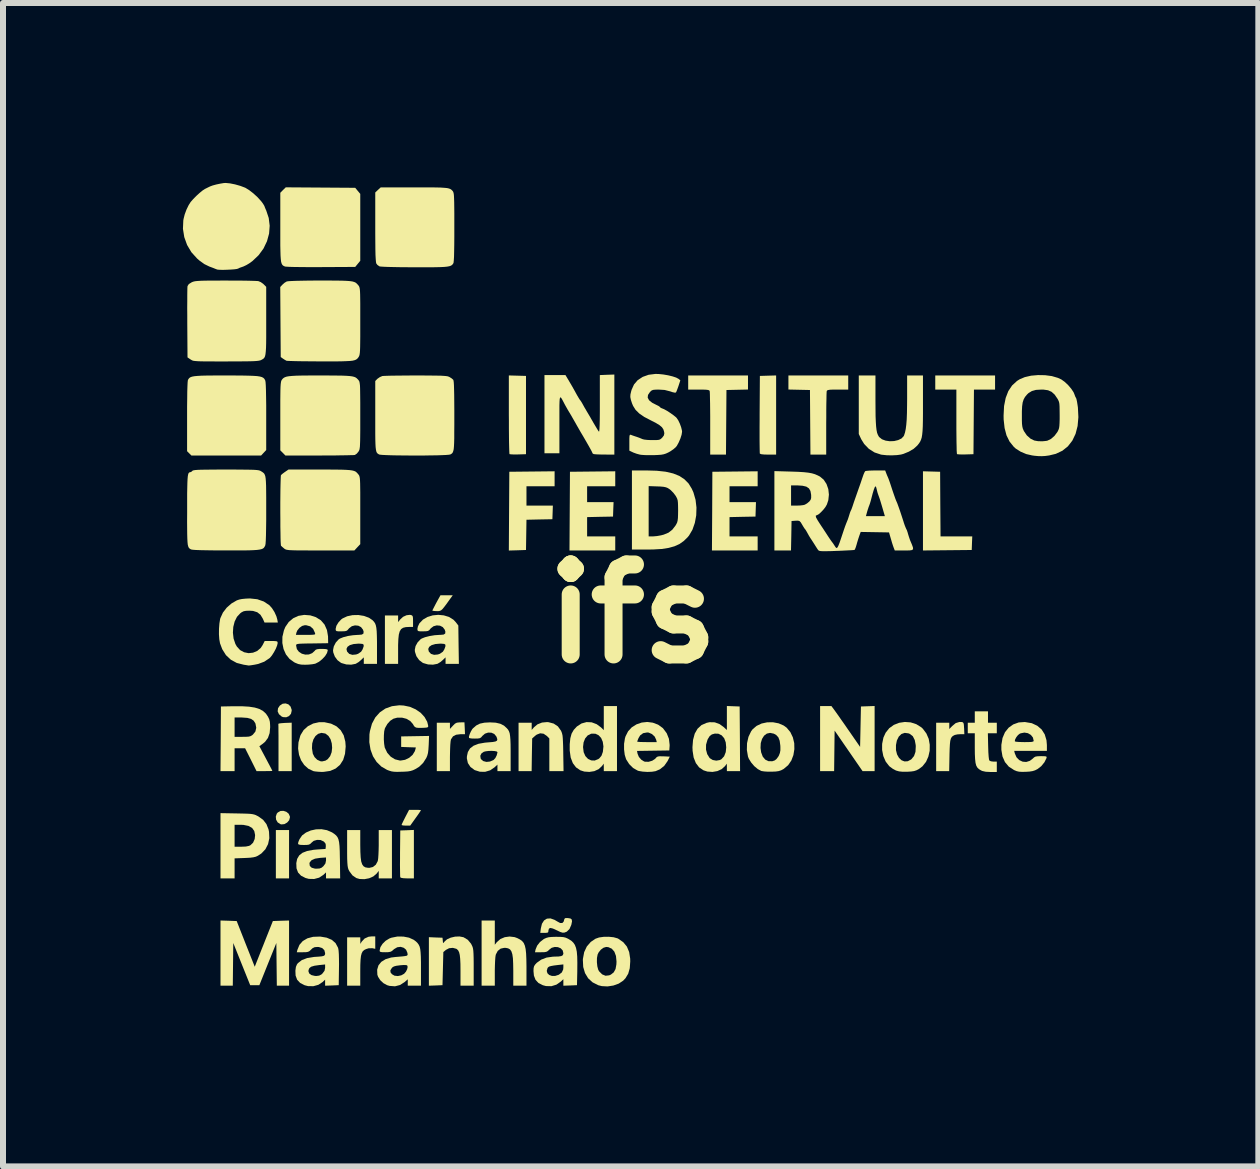
<source format=kicad_pcb>
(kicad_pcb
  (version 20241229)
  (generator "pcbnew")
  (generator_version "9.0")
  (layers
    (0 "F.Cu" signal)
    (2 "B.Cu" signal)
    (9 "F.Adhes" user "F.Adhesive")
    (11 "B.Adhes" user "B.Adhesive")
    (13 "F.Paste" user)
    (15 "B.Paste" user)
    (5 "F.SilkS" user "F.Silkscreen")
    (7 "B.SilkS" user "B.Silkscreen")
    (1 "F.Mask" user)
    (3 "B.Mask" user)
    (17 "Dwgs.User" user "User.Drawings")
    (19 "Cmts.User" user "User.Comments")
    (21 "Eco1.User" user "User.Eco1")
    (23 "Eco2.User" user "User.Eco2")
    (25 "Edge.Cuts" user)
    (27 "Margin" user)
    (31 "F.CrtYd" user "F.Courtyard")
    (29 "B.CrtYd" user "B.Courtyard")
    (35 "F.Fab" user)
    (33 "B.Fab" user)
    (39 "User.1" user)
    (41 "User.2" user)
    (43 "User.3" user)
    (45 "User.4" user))
  (footprint "ifs"
    (layer "F.Cu")
    (at 7.5 7.182)
    (property "Reference" "ifs" (at 0 0 0) (layer "F.SilkS") (effects (font (size 1.5 1.5) (thickness 0.3))))
    (attr board_only exclude_from_pos_files exclude_from_bom)
    (fp_poly (pts (xy -5.731 4.009) (xy -5.731 4.412) (xy -5.841 4.412) (xy -5.951 4.412) (xy -5.951 4.009) (xy -5.951 3.606) (xy -5.841 3.606) (xy -5.731 3.606)) (stroke (width 0) (type solid)) (fill yes) (layer "F.SilkS"))
    (fp_poly (pts (xy 4.98 -2.371) (xy 5.123 -2.367) (xy 5.126 -1.828) (xy 5.13 -1.29) (xy 5.394 -1.29) (xy 5.659 -1.29) (xy 5.654 -1.176) (xy 5.65 -1.063) (xy 5.243 -1.059) (xy 4.837 -1.055) (xy 4.837 -1.715) (xy 4.837 -2.375)) (stroke (width 0) (type solid)) (fill yes) (layer "F.SilkS"))
    (fp_poly (pts (xy -5.741 1.511) (xy -5.706 1.547) (xy -5.688 1.599) (xy -5.687 1.616) (xy -5.699 1.668) (xy -5.732 1.706) (xy -5.778 1.726) (xy -5.831 1.723) (xy -5.855 1.713) (xy -5.9 1.674) (xy -5.921 1.627) (xy -5.915 1.576) (xy -5.885 1.531) (xy -5.838 1.5) (xy -5.788 1.495)) (stroke (width 0) (type solid)) (fill yes) (layer "F.SilkS"))
    (fp_poly (pts (xy -3.65 4.008) (xy -3.65 4.412) (xy -3.76 4.412) (xy -3.826 4.409) (xy -3.865 4.402) (xy -3.877 4.393) (xy -3.879 4.374) (xy -3.88 4.33) (xy -3.881 4.264) (xy -3.882 4.182) (xy -3.881 4.086) (xy -3.881 3.994) (xy -3.877 3.613) (xy -3.763 3.609) (xy -3.65 3.604)) (stroke (width 0) (type solid)) (fill yes) (layer "F.SilkS"))
    (fp_poly (pts (xy -5.776 3.302) (xy -5.738 3.333) (xy -5.718 3.377) (xy -5.716 3.393) (xy -5.729 3.442) (xy -5.763 3.481) (xy -5.809 3.507) (xy -5.859 3.512) (xy -5.877 3.507) (xy -5.921 3.478) (xy -5.947 3.433) (xy -5.952 3.382) (xy -5.936 3.333) (xy -5.919 3.313) (xy -5.874 3.288) (xy -5.824 3.286)) (stroke (width 0) (type solid)) (fill yes) (layer "F.SilkS"))
    (fp_poly (pts (xy -5.687 2.22) (xy -5.687 2.624) (xy -5.797 2.624) (xy -5.907 2.624) (xy -5.907 2.235) (xy -5.907 2.131) (xy -5.907 2.037) (xy -5.908 1.956) (xy -5.908 1.893) (xy -5.909 1.852) (xy -5.91 1.836) (xy -5.899 1.83) (xy -5.864 1.825) (xy -5.814 1.821) (xy -5.8 1.82) (xy -5.687 1.816)) (stroke (width 0) (type solid)) (fill yes) (layer "F.SilkS"))
    (fp_poly (pts (xy -3.058 -0.231) (xy -3.108 -0.161) (xy -3.146 -0.111) (xy -3.174 -0.077) (xy -3.196 -0.058) (xy -3.217 -0.048) (xy -3.241 -0.044) (xy -3.27 -0.044) (xy -3.311 -0.046) (xy -3.337 -0.05) (xy -3.342 -0.053) (xy -3.335 -0.069) (xy -3.317 -0.104) (xy -3.292 -0.153) (xy -3.275 -0.185) (xy -3.207 -0.308) (xy -3.105 -0.308) (xy -3.002 -0.308)) (stroke (width 0) (type solid)) (fill yes) (layer "F.SilkS"))
    (fp_poly (pts (xy -1.924 -3.969) (xy -1.781 -3.965) (xy -1.781 -3.312) (xy -1.781 -2.66) (xy -1.913 -2.656) (xy -1.973 -2.655) (xy -2.021 -2.657) (xy -2.051 -2.66) (xy -2.056 -2.662) (xy -2.058 -2.678) (xy -2.06 -2.721) (xy -2.062 -2.787) (xy -2.064 -2.873) (xy -2.065 -2.977) (xy -2.066 -3.095) (xy -2.066 -3.224) (xy -2.067 -3.323) (xy -2.067 -3.973)) (stroke (width 0) (type solid)) (fill yes) (layer "F.SilkS"))
    (fp_poly (pts (xy 2.389 -3.313) (xy 2.389 -2.653) (xy 2.257 -2.653) (xy 2.185 -2.655) (xy 2.14 -2.66) (xy 2.119 -2.669) (xy 2.117 -2.671) (xy 2.116 -2.689) (xy 2.115 -2.734) (xy 2.114 -2.801) (xy 2.113 -2.889) (xy 2.113 -2.993) (xy 2.113 -3.111) (xy 2.114 -3.24) (xy 2.114 -3.327) (xy 2.118 -3.965) (xy 2.253 -3.969) (xy 2.389 -3.973)) (stroke (width 0) (type solid)) (fill yes) (layer "F.SilkS"))
    (fp_poly (pts (xy -3.582 3.269) (xy -3.546 3.272) (xy -3.532 3.275) (xy -3.532 3.275) (xy -3.54 3.289) (xy -3.562 3.322) (xy -3.594 3.368) (xy -3.622 3.407) (xy -3.711 3.532) (xy -3.783 3.532) (xy -3.824 3.53) (xy -3.85 3.525) (xy -3.855 3.521) (xy -3.849 3.504) (xy -3.832 3.468) (xy -3.807 3.418) (xy -3.793 3.39) (xy -3.73 3.269) (xy -3.631 3.269)) (stroke (width 0) (type solid)) (fill yes) (layer "F.SilkS"))
    (fp_poly (pts (xy -1.304 -2.25) (xy -1.304 -2.125) (xy -1.539 -2.125) (xy -1.773 -2.125) (xy -1.773 -1.964) (xy -1.773 -1.803) (xy -1.553 -1.803) (xy -1.333 -1.803) (xy -1.337 -1.689) (xy -1.341 -1.576) (xy -1.557 -1.572) (xy -1.773 -1.567) (xy -1.777 -1.315) (xy -1.781 -1.063) (xy -1.924 -1.058) (xy -2.067 -1.054) (xy -2.063 -1.711) (xy -2.059 -2.367) (xy -1.682 -2.371) (xy -1.304 -2.375)) (stroke (width 0) (type solid)) (fill yes) (layer "F.SilkS"))
    (fp_poly (pts (xy -0.293 -2.25) (xy -0.293 -2.125) (xy -0.528 -2.125) (xy -0.762 -2.125) (xy -0.762 -1.993) (xy -0.762 -1.861) (xy -0.542 -1.861) (xy -0.321 -1.861) (xy -0.326 -1.74) (xy -0.33 -1.62) (xy -0.546 -1.616) (xy -0.762 -1.611) (xy -0.762 -1.451) (xy -0.762 -1.29) (xy -0.528 -1.29) (xy -0.293 -1.29) (xy -0.293 -1.173) (xy -0.293 -1.055) (xy -0.674 -1.055) (xy -1.056 -1.055) (xy -1.052 -1.711) (xy -1.048 -2.367) (xy -0.671 -2.371) (xy -0.293 -2.375)) (stroke (width 0) (type solid)) (fill yes) (layer "F.SilkS"))
    (fp_poly (pts (xy 2.081 -2.25) (xy 2.081 -2.125) (xy 1.847 -2.125) (xy 1.612 -2.125) (xy 1.612 -1.993) (xy 1.612 -1.861) (xy 1.833 -1.861) (xy 2.053 -1.861) (xy 2.049 -1.74) (xy 2.045 -1.62) (xy 1.828 -1.616) (xy 1.612 -1.611) (xy 1.612 -1.451) (xy 1.612 -1.29) (xy 1.847 -1.29) (xy 2.081 -1.29) (xy 2.081 -1.173) (xy 2.081 -1.055) (xy 1.7 -1.055) (xy 1.319 -1.055) (xy 1.323 -1.711) (xy 1.326 -2.367) (xy 1.704 -2.371) (xy 2.081 -2.375)) (stroke (width 0) (type solid)) (fill yes) (layer "F.SilkS"))
    (fp_poly (pts (xy 6.039 -3.855) (xy 6.039 -3.737) (xy 5.863 -3.737) (xy 5.687 -3.737) (xy 5.683 -3.199) (xy 5.679 -2.66) (xy 5.547 -2.656) (xy 5.487 -2.655) (xy 5.439 -2.657) (xy 5.409 -2.66) (xy 5.404 -2.662) (xy 5.402 -2.679) (xy 5.399 -2.721) (xy 5.398 -2.786) (xy 5.396 -2.871) (xy 5.395 -2.971) (xy 5.394 -3.084) (xy 5.394 -3.205) (xy 5.394 -3.737) (xy 5.218 -3.737) (xy 5.042 -3.737) (xy 5.042 -3.855) (xy 5.042 -3.972) (xy 5.54 -3.972) (xy 6.039 -3.972)) (stroke (width 0) (type solid)) (fill yes) (layer "F.SilkS"))
    (fp_poly (pts (xy -4.294 5.482) (xy -4.294 5.586) (xy -4.343 5.576) (xy -4.404 5.577) (xy -4.446 5.59) (xy -4.479 5.606) (xy -4.503 5.628) (xy -4.52 5.66) (xy -4.532 5.705) (xy -4.539 5.767) (xy -4.543 5.851) (xy -4.544 5.957) (xy -4.544 6.2) (xy -4.653 6.2) (xy -4.763 6.2) (xy -4.763 5.797) (xy -4.763 5.394) (xy -4.653 5.394) (xy -4.544 5.394) (xy -4.543 5.449) (xy -4.543 5.504) (xy -4.519 5.465) (xy -4.471 5.414) (xy -4.406 5.385) (xy -4.354 5.379) (xy -4.294 5.379)) (stroke (width 0) (type solid)) (fill yes) (layer "F.SilkS"))
    (fp_poly (pts (xy 1.92 -3.855) (xy 1.92 -3.738) (xy 1.74 -3.734) (xy 1.561 -3.73) (xy 1.557 -3.191) (xy 1.553 -2.653) (xy 1.422 -2.653) (xy 1.29 -2.653) (xy 1.29 -3.172) (xy 1.29 -3.293) (xy 1.289 -3.406) (xy 1.288 -3.506) (xy 1.286 -3.591) (xy 1.285 -3.656) (xy 1.283 -3.698) (xy 1.281 -3.714) (xy 1.273 -3.724) (xy 1.254 -3.731) (xy 1.219 -3.735) (xy 1.164 -3.737) (xy 1.098 -3.737) (xy 0.923 -3.737) (xy 0.923 -3.855) (xy 0.923 -3.972) (xy 1.422 -3.972) (xy 1.92 -3.972)) (stroke (width 0) (type solid)) (fill yes) (layer "F.SilkS"))
    (fp_poly (pts (xy 3.591 -3.855) (xy 3.591 -3.737) (xy 3.417 -3.737) (xy 3.341 -3.737) (xy 3.289 -3.735) (xy 3.257 -3.73) (xy 3.24 -3.723) (xy 3.233 -3.714) (xy 3.231 -3.695) (xy 3.229 -3.649) (xy 3.228 -3.581) (xy 3.226 -3.495) (xy 3.225 -3.393) (xy 3.225 -3.279) (xy 3.224 -3.172) (xy 3.224 -2.653) (xy 3.093 -2.653) (xy 2.961 -2.653) (xy 2.957 -3.191) (xy 2.953 -3.73) (xy 2.774 -3.734) (xy 2.594 -3.738) (xy 2.594 -3.855) (xy 2.594 -3.972) (xy 3.093 -3.972) (xy 3.591 -3.972)) (stroke (width 0) (type solid)) (fill yes) (layer "F.SilkS"))
    (fp_poly (pts (xy 4.031 2.081) (xy 4.031 2.624) (xy 3.93 2.624) (xy 3.83 2.624) (xy 3.597 2.286) (xy 3.364 1.948) (xy 3.36 2.286) (xy 3.356 2.624) (xy 3.239 2.624) (xy 3.122 2.624) (xy 3.122 2.081) (xy 3.122 1.539) (xy 3.217 1.539) (xy 3.311 1.539) (xy 3.368 1.616) (xy 3.393 1.651) (xy 3.432 1.706) (xy 3.48 1.775) (xy 3.535 1.853) (xy 3.592 1.936) (xy 3.607 1.957) (xy 3.789 2.22) (xy 3.796 1.883) (xy 3.803 1.546) (xy 3.917 1.542) (xy 4.031 1.538)) (stroke (width 0) (type solid)) (fill yes) (layer "F.SilkS"))
    (fp_poly (pts (xy -2.802 1.909) (xy -2.798 2.008) (xy -2.873 2.008) (xy -2.946 2.017) (xy -2.998 2.044) (xy -3.03 2.092) (xy -3.033 2.099) (xy -3.038 2.129) (xy -3.043 2.183) (xy -3.046 2.253) (xy -3.048 2.335) (xy -3.049 2.384) (xy -3.049 2.624) (xy -3.159 2.624) (xy -3.268 2.624) (xy -3.268 2.22) (xy -3.268 1.817) (xy -3.159 1.817) (xy -3.049 1.817) (xy -3.049 1.869) (xy -3.049 1.92) (xy -2.999 1.866) (xy -2.965 1.832) (xy -2.933 1.816) (xy -2.89 1.811) (xy -2.878 1.811) (xy -2.807 1.81)) (stroke (width 0) (type solid)) (fill yes) (layer "F.SilkS"))
    (fp_poly (pts (xy -3.7 0.021) (xy -3.681 0.028) (xy -3.67 0.042) (xy -3.665 0.07) (xy -3.664 0.119) (xy -3.664 0.125) (xy -3.664 0.22) (xy -3.729 0.22) (xy -3.786 0.223) (xy -3.83 0.234) (xy -3.863 0.256) (xy -3.886 0.293) (xy -3.901 0.347) (xy -3.909 0.422) (xy -3.913 0.522) (xy -3.913 0.592) (xy -3.913 0.835) (xy -4.023 0.835) (xy -4.133 0.835) (xy -4.133 0.432) (xy -4.133 0.029) (xy -4.023 0.029) (xy -3.913 0.029) (xy -3.913 0.084) (xy -3.913 0.139) (xy -3.876 0.093) (xy -3.83 0.051) (xy -3.773 0.025) (xy -3.716 0.018)) (stroke (width 0) (type solid)) (fill yes) (layer "F.SilkS"))
    (fp_poly (pts (xy 5.484 1.805) (xy 5.502 1.81) (xy 5.513 1.823) (xy 5.519 1.851) (xy 5.522 1.901) (xy 5.523 1.909) (xy 5.527 2.008) (xy 5.461 2.008) (xy 5.412 2.011) (xy 5.37 2.02) (xy 5.361 2.024) (xy 5.335 2.038) (xy 5.316 2.056) (xy 5.302 2.082) (xy 5.292 2.12) (xy 5.286 2.175) (xy 5.282 2.251) (xy 5.279 2.351) (xy 5.279 2.363) (xy 5.274 2.624) (xy 5.165 2.624) (xy 5.057 2.624) (xy 5.057 2.22) (xy 5.057 1.817) (xy 5.166 1.817) (xy 5.276 1.817) (xy 5.276 1.87) (xy 5.276 1.922) (xy 5.325 1.871) (xy 5.383 1.823) (xy 5.445 1.804)) (stroke (width 0) (type solid)) (fill yes) (layer "F.SilkS"))
    (fp_poly (pts (xy -5.731 5.657) (xy -5.731 6.2) (xy -5.833 6.2) (xy -5.935 6.2) (xy -5.939 5.844) (xy -5.943 5.489) (xy -6.085 5.841) (xy -6.226 6.192) (xy -6.302 6.192) (xy -6.379 6.192) (xy -6.52 5.841) (xy -6.661 5.489) (xy -6.665 5.844) (xy -6.669 6.2) (xy -6.772 6.2) (xy -6.874 6.2) (xy -6.874 5.657) (xy -6.874 5.114) (xy -6.739 5.118) (xy -6.604 5.123) (xy -6.454 5.504) (xy -6.303 5.885) (xy -6.28 5.826) (xy -6.268 5.796) (xy -6.247 5.743) (xy -6.219 5.672) (xy -6.186 5.588) (xy -6.149 5.496) (xy -6.129 5.445) (xy -6.001 5.123) (xy -5.866 5.118) (xy -5.731 5.114)) (stroke (width 0) (type solid)) (fill yes) (layer "F.SilkS"))
    (fp_poly (pts (xy -5.207 -7.105) (xy -4.628 -7.101) (xy -4.586 -7.05) (xy -4.544 -7) (xy -4.544 -6.442) (xy -4.544 -5.884) (xy -4.586 -5.833) (xy -4.628 -5.782) (xy -5.198 -5.779) (xy -5.325 -5.779) (xy -5.445 -5.779) (xy -5.552 -5.78) (xy -5.644 -5.781) (xy -5.718 -5.783) (xy -5.77 -5.786) (xy -5.797 -5.788) (xy -5.799 -5.789) (xy -5.818 -5.797) (xy -5.834 -5.807) (xy -5.846 -5.821) (xy -5.856 -5.841) (xy -5.864 -5.871) (xy -5.869 -5.913) (xy -5.873 -5.971) (xy -5.875 -6.046) (xy -5.877 -6.141) (xy -5.877 -6.259) (xy -5.877 -6.404) (xy -5.877 -6.444) (xy -5.877 -7.018) (xy -5.832 -7.064) (xy -5.786 -7.109)) (stroke (width 0) (type solid)) (fill yes) (layer "F.SilkS"))
    (fp_poly (pts (xy -1.079 5.074) (xy -1.038 5.081) (xy -1.018 5.098) (xy -1.014 5.13) (xy -1.025 5.184) (xy -1.026 5.188) (xy -1.056 5.256) (xy -1.101 5.3) (xy -1.139 5.315) (xy -1.17 5.317) (xy -1.21 5.305) (xy -1.266 5.278) (xy -1.269 5.277) (xy -1.332 5.248) (xy -1.374 5.238) (xy -1.398 5.249) (xy -1.407 5.279) (xy -1.407 5.283) (xy -1.41 5.306) (xy -1.422 5.317) (xy -1.453 5.32) (xy -1.475 5.32) (xy -1.543 5.32) (xy -1.534 5.248) (xy -1.515 5.168) (xy -1.48 5.113) (xy -1.432 5.083) (xy -1.373 5.079) (xy -1.305 5.103) (xy -1.261 5.129) (xy -1.212 5.156) (xy -1.176 5.156) (xy -1.153 5.132) (xy -1.148 5.114) (xy -1.14 5.086) (xy -1.125 5.074) (xy -1.093 5.073)) (stroke (width 0) (type solid)) (fill yes) (layer "F.SilkS"))
    (fp_poly (pts (xy -1.405 1.808) (xy -1.319 1.831) (xy -1.25 1.877) (xy -1.2 1.946) (xy -1.198 1.949) (xy -1.187 1.974) (xy -1.179 1.999) (xy -1.172 2.03) (xy -1.168 2.072) (xy -1.165 2.128) (xy -1.162 2.204) (xy -1.16 2.304) (xy -1.16 2.319) (xy -1.155 2.624) (xy -1.274 2.624) (xy -1.392 2.624) (xy -1.392 2.351) (xy -1.392 2.079) (xy -1.435 2.036) (xy -1.488 2) (xy -1.545 1.993) (xy -1.602 2.015) (xy -1.63 2.036) (xy -1.678 2.079) (xy -1.683 2.351) (xy -1.687 2.624) (xy -1.796 2.624) (xy -1.905 2.624) (xy -1.905 2.22) (xy -1.905 1.817) (xy -1.795 1.817) (xy -1.686 1.817) (xy -1.686 1.877) (xy -1.686 1.937) (xy -1.648 1.893) (xy -1.59 1.844) (xy -1.514 1.814) (xy -1.43 1.806)) (stroke (width 0) (type solid)) (fill yes) (layer "F.SilkS"))
    (fp_poly (pts (xy 5.921 1.722) (xy 5.921 1.817) (xy 5.995 1.817) (xy 6.068 1.817) (xy 6.068 1.905) (xy 6.068 1.993) (xy 5.994 1.993) (xy 5.919 1.993) (xy 5.924 2.212) (xy 5.927 2.308) (xy 5.932 2.381) (xy 5.938 2.429) (xy 5.945 2.448) (xy 5.971 2.46) (xy 6.01 2.465) (xy 6.015 2.465) (xy 6.068 2.465) (xy 6.068 2.552) (xy 6.068 2.638) (xy 5.961 2.638) (xy 5.883 2.634) (xy 5.825 2.621) (xy 5.804 2.611) (xy 5.77 2.59) (xy 5.744 2.565) (xy 5.725 2.531) (xy 5.713 2.485) (xy 5.706 2.421) (xy 5.702 2.337) (xy 5.701 2.239) (xy 5.701 1.993) (xy 5.643 1.993) (xy 5.584 1.993) (xy 5.584 1.905) (xy 5.584 1.817) (xy 5.643 1.817) (xy 5.701 1.817) (xy 5.701 1.722) (xy 5.701 1.627) (xy 5.811 1.627) (xy 5.921 1.627)) (stroke (width 0) (type solid)) (fill yes) (layer "F.SilkS"))
    (fp_poly (pts (xy -6.629 -3.972) (xy -6.505 -3.971) (xy -6.405 -3.969) (xy -6.325 -3.966) (xy -6.264 -3.962) (xy -6.218 -3.955) (xy -6.185 -3.946) (xy -6.162 -3.934) (xy -6.146 -3.92) (xy -6.134 -3.901) (xy -6.128 -3.889) (xy -6.123 -3.863) (xy -6.119 -3.808) (xy -6.116 -3.726) (xy -6.114 -3.614) (xy -6.112 -3.473) (xy -6.112 -3.304) (xy -6.112 -3.291) (xy -6.112 -2.729) (xy -6.154 -2.684) (xy -6.197 -2.638) (xy -6.778 -2.638) (xy -7.359 -2.638) (xy -7.395 -2.674) (xy -7.431 -2.71) (xy -7.431 -3.291) (xy -7.431 -3.452) (xy -7.429 -3.591) (xy -7.428 -3.705) (xy -7.425 -3.795) (xy -7.422 -3.858) (xy -7.418 -3.893) (xy -7.416 -3.899) (xy -7.405 -3.917) (xy -7.392 -3.932) (xy -7.373 -3.944) (xy -7.347 -3.953) (xy -7.31 -3.96) (xy -7.258 -3.965) (xy -7.191 -3.969) (xy -7.104 -3.971) (xy -6.995 -3.972) (xy -6.86 -3.972) (xy -6.78 -3.972)) (stroke (width 0) (type solid)) (fill yes) (layer "F.SilkS"))
    (fp_poly (pts (xy -4.544 3.855) (xy -4.542 3.972) (xy -4.537 4.063) (xy -4.528 4.13) (xy -4.512 4.178) (xy -4.489 4.21) (xy -4.458 4.228) (xy -4.417 4.235) (xy -4.391 4.236) (xy -4.333 4.222) (xy -4.285 4.184) (xy -4.254 4.127) (xy -4.25 4.111) (xy -4.245 4.076) (xy -4.241 4.018) (xy -4.238 3.945) (xy -4.236 3.863) (xy -4.236 3.829) (xy -4.236 3.606) (xy -4.126 3.606) (xy -4.016 3.606) (xy -4.016 4.009) (xy -4.016 4.412) (xy -4.126 4.412) (xy -4.236 4.412) (xy -4.236 4.349) (xy -4.236 4.287) (xy -4.272 4.333) (xy -4.326 4.379) (xy -4.396 4.41) (xy -4.476 4.425) (xy -4.555 4.422) (xy -4.61 4.406) (xy -4.675 4.361) (xy -4.726 4.292) (xy -4.741 4.262) (xy -4.749 4.236) (xy -4.755 4.201) (xy -4.759 4.152) (xy -4.762 4.085) (xy -4.763 3.997) (xy -4.763 3.906) (xy -4.763 3.606) (xy -4.653 3.606) (xy -4.544 3.606)) (stroke (width 0) (type solid)) (fill yes) (layer "F.SilkS"))
    (fp_poly (pts (xy -2.822 5.393) (xy -2.819 5.395) (xy -2.751 5.436) (xy -2.697 5.501) (xy -2.681 5.533) (xy -2.671 5.556) (xy -2.664 5.584) (xy -2.659 5.62) (xy -2.656 5.669) (xy -2.654 5.735) (xy -2.653 5.823) (xy -2.653 5.896) (xy -2.653 6.2) (xy -2.763 6.2) (xy -2.873 6.2) (xy -2.873 5.95) (xy -2.874 5.839) (xy -2.878 5.753) (xy -2.885 5.689) (xy -2.896 5.644) (xy -2.912 5.612) (xy -2.934 5.591) (xy -2.944 5.585) (xy -3.001 5.57) (xy -3.063 5.576) (xy -3.116 5.604) (xy -3.117 5.605) (xy -3.159 5.64) (xy -3.166 5.916) (xy -3.173 6.192) (xy -3.287 6.197) (xy -3.4 6.201) (xy -3.4 5.797) (xy -3.4 5.392) (xy -3.287 5.397) (xy -3.173 5.401) (xy -3.168 5.45) (xy -3.165 5.483) (xy -3.158 5.489) (xy -3.144 5.472) (xy -3.141 5.467) (xy -3.098 5.428) (xy -3.036 5.4) (xy -2.963 5.383) (xy -2.889 5.38)) (stroke (width 0) (type solid)) (fill yes) (layer "F.SilkS"))
    (fp_poly (pts (xy -2.301 5.317) (xy -2.301 5.518) (xy -2.265 5.472) (xy -2.208 5.423) (xy -2.135 5.392) (xy -2.054 5.381) (xy -1.971 5.391) (xy -1.927 5.407) (xy -1.882 5.43) (xy -1.846 5.456) (xy -1.819 5.489) (xy -1.8 5.533) (xy -1.787 5.59) (xy -1.779 5.665) (xy -1.775 5.761) (xy -1.773 5.883) (xy -1.773 5.899) (xy -1.773 6.2) (xy -1.883 6.2) (xy -1.993 6.2) (xy -1.993 5.95) (xy -1.995 5.833) (xy -1.999 5.743) (xy -2.009 5.675) (xy -2.025 5.627) (xy -2.047 5.596) (xy -2.079 5.578) (xy -2.12 5.57) (xy -2.145 5.57) (xy -2.204 5.583) (xy -2.252 5.621) (xy -2.283 5.679) (xy -2.287 5.694) (xy -2.292 5.73) (xy -2.296 5.787) (xy -2.299 5.861) (xy -2.301 5.942) (xy -2.301 5.976) (xy -2.301 6.2) (xy -2.411 6.2) (xy -2.521 6.2) (xy -2.521 5.657) (xy -2.521 5.115) (xy -2.411 5.115) (xy -2.301 5.115)) (stroke (width 0) (type solid)) (fill yes) (layer "F.SilkS"))
    (fp_poly (pts (xy -6.599 3.329) (xy -6.503 3.331) (xy -6.431 3.333) (xy -6.378 3.336) (xy -6.34 3.341) (xy -6.31 3.348) (xy -6.285 3.357) (xy -6.258 3.371) (xy -6.244 3.378) (xy -6.164 3.435) (xy -6.108 3.507) (xy -6.073 3.596) (xy -6.065 3.636) (xy -6.06 3.742) (xy -6.081 3.84) (xy -6.126 3.927) (xy -6.193 3.997) (xy -6.25 4.034) (xy -6.284 4.05) (xy -6.325 4.06) (xy -6.378 4.067) (xy -6.452 4.071) (xy -6.475 4.072) (xy -6.639 4.078) (xy -6.639 4.245) (xy -6.639 4.412) (xy -6.757 4.412) (xy -6.874 4.412) (xy -6.874 3.868) (xy -6.874 3.518) (xy -6.639 3.518) (xy -6.639 3.701) (xy -6.639 3.884) (xy -6.528 3.884) (xy -6.452 3.881) (xy -6.399 3.87) (xy -6.375 3.859) (xy -6.331 3.817) (xy -6.304 3.755) (xy -6.297 3.69) (xy -6.311 3.622) (xy -6.347 3.571) (xy -6.408 3.537) (xy -6.492 3.52) (xy -6.544 3.518) (xy -6.639 3.518) (xy -6.874 3.518) (xy -6.874 3.324)) (stroke (width 0) (type solid)) (fill yes) (layer "F.SilkS"))
    (fp_poly (pts (xy -5.142 1.808) (xy -5.031 1.832) (xy -4.94 1.877) (xy -4.87 1.942) (xy -4.82 2.027) (xy -4.793 2.132) (xy -4.787 2.213) (xy -4.798 2.335) (xy -4.829 2.437) (xy -4.882 2.519) (xy -4.954 2.58) (xy -5.045 2.62) (xy -5.154 2.636) (xy -5.187 2.637) (xy -5.244 2.634) (xy -5.295 2.629) (xy -5.324 2.624) (xy -5.409 2.584) (xy -5.478 2.522) (xy -5.531 2.443) (xy -5.565 2.351) (xy -5.58 2.25) (xy -5.58 2.242) (xy -5.349 2.242) (xy -5.336 2.327) (xy -5.335 2.333) (xy -5.306 2.39) (xy -5.262 2.434) (xy -5.208 2.459) (xy -5.181 2.462) (xy -5.124 2.449) (xy -5.087 2.425) (xy -5.046 2.374) (xy -5.021 2.308) (xy -5.013 2.235) (xy -5.019 2.162) (xy -5.039 2.093) (xy -5.074 2.037) (xy -5.121 2) (xy -5.131 1.996) (xy -5.192 1.986) (xy -5.246 2.002) (xy -5.291 2.039) (xy -5.325 2.094) (xy -5.345 2.162) (xy -5.349 2.242) (xy -5.58 2.242) (xy -5.574 2.144) (xy -5.545 2.038) (xy -5.538 2.02) (xy -5.488 1.939) (xy -5.417 1.875) (xy -5.329 1.83) (xy -5.231 1.808)) (stroke (width 0) (type solid)) (fill yes) (layer "F.SilkS"))
    (fp_poly (pts (xy -0.321 5.393) (xy -0.256 5.411) (xy -0.242 5.418) (xy -0.159 5.476) (xy -0.099 5.549) (xy -0.061 5.64) (xy -0.044 5.75) (xy -0.043 5.796) (xy -0.051 5.909) (xy -0.077 6.001) (xy -0.123 6.077) (xy -0.162 6.118) (xy -0.235 6.166) (xy -0.324 6.198) (xy -0.421 6.213) (xy -0.516 6.208) (xy -0.576 6.193) (xy -0.671 6.145) (xy -0.745 6.077) (xy -0.797 5.991) (xy -0.827 5.889) (xy -0.831 5.808) (xy -0.599 5.808) (xy -0.592 5.877) (xy -0.577 5.934) (xy -0.562 5.961) (xy -0.511 6.012) (xy -0.455 6.035) (xy -0.394 6.028) (xy -0.366 6.016) (xy -0.319 5.979) (xy -0.288 5.923) (xy -0.274 5.845) (xy -0.272 5.797) (xy -0.281 5.705) (xy -0.308 5.633) (xy -0.351 5.584) (xy -0.409 5.558) (xy -0.445 5.555) (xy -0.489 5.568) (xy -0.533 5.6) (xy -0.57 5.646) (xy -0.587 5.681) (xy -0.598 5.74) (xy -0.599 5.808) (xy -0.831 5.808) (xy -0.833 5.772) (xy -0.832 5.754) (xy -0.811 5.641) (xy -0.767 5.547) (xy -0.701 5.471) (xy -0.623 5.418) (xy -0.563 5.397) (xy -0.485 5.386) (xy -0.401 5.385)) (stroke (width 0) (type solid)) (fill yes) (layer "F.SilkS"))
    (fp_poly (pts (xy 1.675 1.542) (xy 1.781 1.546) (xy 1.785 2.085) (xy 1.788 2.624) (xy 1.678 2.624) (xy 1.568 2.624) (xy 1.568 2.561) (xy 1.567 2.499) (xy 1.537 2.54) (xy 1.482 2.59) (xy 1.41 2.623) (xy 1.328 2.637) (xy 1.243 2.631) (xy 1.178 2.61) (xy 1.105 2.561) (xy 1.051 2.49) (xy 1.014 2.397) (xy 0.996 2.282) (xy 0.996 2.264) (xy 1.22 2.264) (xy 1.24 2.34) (xy 1.279 2.403) (xy 1.285 2.409) (xy 1.332 2.438) (xy 1.391 2.449) (xy 1.45 2.439) (xy 1.477 2.425) (xy 1.522 2.376) (xy 1.549 2.307) (xy 1.557 2.229) (xy 1.549 2.144) (xy 1.523 2.075) (xy 1.481 2.027) (xy 1.427 2) (xy 1.367 1.998) (xy 1.317 2.012) (xy 1.281 2.04) (xy 1.251 2.088) (xy 1.244 2.103) (xy 1.221 2.182) (xy 1.22 2.264) (xy 0.996 2.264) (xy 0.994 2.228) (xy 1.004 2.103) (xy 1.032 1.999) (xy 1.079 1.917) (xy 1.145 1.856) (xy 1.229 1.819) (xy 1.279 1.808) (xy 1.366 1.81) (xy 1.447 1.84) (xy 1.512 1.887) (xy 1.568 1.938) (xy 1.568 1.738) (xy 1.568 1.538)) (stroke (width 0) (type solid)) (fill yes) (layer "F.SilkS"))
    (fp_poly (pts (xy -0.264 2.081) (xy -0.264 2.624) (xy -0.374 2.624) (xy -0.484 2.624) (xy -0.484 2.561) (xy -0.485 2.499) (xy -0.515 2.54) (xy -0.57 2.591) (xy -0.642 2.624) (xy -0.725 2.637) (xy -0.809 2.631) (xy -0.875 2.61) (xy -0.947 2.561) (xy -1 2.491) (xy -1.036 2.397) (xy -1.052 2.282) (xy -1.052 2.222) (xy -0.83 2.222) (xy -0.82 2.305) (xy -0.82 2.307) (xy -0.791 2.373) (xy -0.747 2.42) (xy -0.693 2.445) (xy -0.635 2.447) (xy -0.576 2.423) (xy -0.559 2.411) (xy -0.523 2.368) (xy -0.501 2.307) (xy -0.499 2.299) (xy -0.49 2.212) (xy -0.501 2.135) (xy -0.528 2.072) (xy -0.57 2.026) (xy -0.624 2) (xy -0.687 1.999) (xy -0.699 2.002) (xy -0.753 2.029) (xy -0.795 2.079) (xy -0.821 2.145) (xy -0.83 2.222) (xy -1.052 2.222) (xy -1.052 2.175) (xy -1.042 2.076) (xy -1.021 1.999) (xy -0.985 1.936) (xy -0.933 1.88) (xy -0.932 1.879) (xy -0.855 1.829) (xy -0.771 1.806) (xy -0.686 1.81) (xy -0.603 1.841) (xy -0.531 1.894) (xy -0.484 1.94) (xy -0.484 1.74) (xy -0.484 1.539) (xy -0.374 1.539) (xy -0.264 1.539)) (stroke (width 0) (type solid)) (fill yes) (layer "F.SilkS"))
    (fp_poly (pts (xy 4.632 1.811) (xy 4.724 1.84) (xy 4.808 1.892) (xy 4.835 1.917) (xy 4.894 1.996) (xy 4.933 2.086) (xy 4.95 2.184) (xy 4.949 2.284) (xy 4.927 2.381) (xy 4.888 2.469) (xy 4.829 2.543) (xy 4.769 2.589) (xy 4.728 2.61) (xy 4.688 2.623) (xy 4.639 2.63) (xy 4.574 2.634) (xy 4.497 2.634) (xy 4.439 2.628) (xy 4.392 2.615) (xy 4.386 2.613) (xy 4.334 2.585) (xy 4.284 2.548) (xy 4.274 2.54) (xy 4.216 2.465) (xy 4.176 2.373) (xy 4.156 2.271) (xy 4.156 2.189) (xy 4.387 2.189) (xy 4.387 2.273) (xy 4.405 2.345) (xy 4.437 2.402) (xy 4.479 2.442) (xy 4.529 2.462) (xy 4.583 2.459) (xy 4.638 2.43) (xy 4.644 2.425) (xy 4.688 2.372) (xy 4.712 2.303) (xy 4.717 2.214) (xy 4.716 2.19) (xy 4.7 2.105) (xy 4.668 2.042) (xy 4.618 2.003) (xy 4.596 1.994) (xy 4.533 1.986) (xy 4.478 2.005) (xy 4.434 2.048) (xy 4.402 2.113) (xy 4.387 2.189) (xy 4.156 2.189) (xy 4.157 2.166) (xy 4.178 2.064) (xy 4.215 1.983) (xy 4.275 1.908) (xy 4.351 1.853) (xy 4.44 1.818) (xy 4.535 1.804)) (stroke (width 0) (type solid)) (fill yes) (layer "F.SilkS"))
    (fp_poly (pts (xy 4.045 -3.556) (xy 4.046 -3.412) (xy 4.047 -3.293) (xy 4.051 -3.198) (xy 4.056 -3.122) (xy 4.063 -3.063) (xy 4.072 -3.018) (xy 4.085 -2.983) (xy 4.1 -2.956) (xy 4.107 -2.946) (xy 4.153 -2.909) (xy 4.214 -2.886) (xy 4.284 -2.876) (xy 4.356 -2.879) (xy 4.423 -2.895) (xy 4.479 -2.922) (xy 4.516 -2.961) (xy 4.522 -2.974) (xy 4.538 -3.023) (xy 4.55 -3.081) (xy 4.559 -3.152) (xy 4.566 -3.239) (xy 4.57 -3.346) (xy 4.572 -3.477) (xy 4.573 -3.585) (xy 4.573 -3.972) (xy 4.705 -3.972) (xy 4.837 -3.972) (xy 4.837 -3.484) (xy 4.837 -3.339) (xy 4.836 -3.22) (xy 4.834 -3.123) (xy 4.83 -3.047) (xy 4.824 -2.986) (xy 4.816 -2.938) (xy 4.804 -2.9) (xy 4.79 -2.869) (xy 4.771 -2.84) (xy 4.748 -2.811) (xy 4.741 -2.803) (xy 4.681 -2.749) (xy 4.601 -2.702) (xy 4.511 -2.665) (xy 4.47 -2.654) (xy 4.405 -2.645) (xy 4.323 -2.641) (xy 4.238 -2.642) (xy 4.161 -2.65) (xy 4.138 -2.653) (xy 4.03 -2.689) (xy 3.935 -2.749) (xy 3.857 -2.83) (xy 3.808 -2.909) (xy 3.767 -2.997) (xy 3.767 -3.485) (xy 3.767 -3.972) (xy 3.906 -3.972) (xy 4.045 -3.972)) (stroke (width 0) (type solid)) (fill yes) (layer "F.SilkS"))
    (fp_poly (pts (xy -6.518 1.542) (xy -6.399 1.549) (xy -6.302 1.564) (xy -6.225 1.588) (xy -6.164 1.622) (xy -6.116 1.666) (xy -6.083 1.715) (xy -6.062 1.758) (xy -6.051 1.801) (xy -6.047 1.855) (xy -6.046 1.891) (xy -6.055 1.99) (xy -6.083 2.07) (xy -6.131 2.135) (xy -6.169 2.167) (xy -6.226 2.208) (xy -6.118 2.411) (xy -6.081 2.481) (xy -6.049 2.541) (xy -6.025 2.587) (xy -6.012 2.614) (xy -6.009 2.619) (xy -6.023 2.621) (xy -6.059 2.623) (xy -6.112 2.623) (xy -6.141 2.624) (xy -6.273 2.624) (xy -6.368 2.433) (xy -6.464 2.242) (xy -6.552 2.242) (xy -6.639 2.242) (xy -6.639 2.433) (xy -6.639 2.624) (xy -6.757 2.624) (xy -6.874 2.624) (xy -6.87 2.085) (xy -6.868 1.729) (xy -6.639 1.729) (xy -6.639 1.891) (xy -6.639 2.052) (xy -6.509 2.052) (xy -6.444 2.051) (xy -6.401 2.048) (xy -6.372 2.04) (xy -6.348 2.026) (xy -6.333 2.014) (xy -6.292 1.963) (xy -6.278 1.901) (xy -6.291 1.832) (xy -6.293 1.827) (xy -6.321 1.783) (xy -6.364 1.753) (xy -6.427 1.736) (xy -6.512 1.73) (xy -6.529 1.729) (xy -6.639 1.729) (xy -6.868 1.729) (xy -6.867 1.546) (xy -6.663 1.542)) (stroke (width 0) (type solid)) (fill yes) (layer "F.SilkS"))
    (fp_poly (pts (xy -3.499 -7.108) (xy -3.378 -7.108) (xy -3.28 -7.107) (xy -3.203 -7.105) (xy -3.144 -7.101) (xy -3.099 -7.097) (xy -3.067 -7.09) (xy -3.043 -7.081) (xy -3.026 -7.07) (xy -3.011 -7.056) (xy -3.001 -7.044) (xy -2.995 -7.034) (xy -2.99 -7.02) (xy -2.985 -6.998) (xy -2.982 -6.966) (xy -2.98 -6.92) (xy -2.978 -6.859) (xy -2.977 -6.78) (xy -2.976 -6.678) (xy -2.976 -6.552) (xy -2.976 -6.444) (xy -2.976 -6.285) (xy -2.977 -6.148) (xy -2.979 -6.035) (xy -2.981 -5.947) (xy -2.985 -5.886) (xy -2.989 -5.852) (xy -2.99 -5.847) (xy -3.001 -5.829) (xy -3.014 -5.815) (xy -3.032 -5.803) (xy -3.058 -5.794) (xy -3.095 -5.787) (xy -3.145 -5.782) (xy -3.211 -5.779) (xy -3.297 -5.777) (xy -3.404 -5.776) (xy -3.536 -5.776) (xy -3.638 -5.776) (xy -3.768 -5.777) (xy -3.887 -5.778) (xy -3.994 -5.78) (xy -4.084 -5.782) (xy -4.155 -5.785) (xy -4.202 -5.788) (xy -4.223 -5.791) (xy -4.258 -5.815) (xy -4.278 -5.842) (xy -4.282 -5.865) (xy -4.286 -5.91) (xy -4.29 -5.98) (xy -4.292 -6.075) (xy -4.293 -6.197) (xy -4.294 -6.346) (xy -4.294 -6.451) (xy -4.294 -7.023) (xy -4.249 -7.066) (xy -4.203 -7.108) (xy -3.647 -7.108)) (stroke (width 0) (type solid)) (fill yes) (layer "F.SilkS"))
    (fp_poly (pts (xy 0.399 -2.384) (xy 0.547 -2.368) (xy 0.672 -2.339) (xy 0.775 -2.298) (xy 0.86 -2.242) (xy 0.929 -2.172) (xy 0.983 -2.084) (xy 1.011 -2.021) (xy 1.046 -1.899) (xy 1.061 -1.77) (xy 1.057 -1.64) (xy 1.034 -1.515) (xy 0.994 -1.401) (xy 0.937 -1.304) (xy 0.913 -1.275) (xy 0.848 -1.212) (xy 0.777 -1.162) (xy 0.695 -1.125) (xy 0.598 -1.098) (xy 0.483 -1.08) (xy 0.346 -1.072) (xy 0.236 -1.07) (xy -0.015 -1.07) (xy -0.015 -1.729) (xy -0.015 -2.128) (xy 0.264 -2.128) (xy 0.264 -1.709) (xy 0.264 -1.29) (xy 0.343 -1.29) (xy 0.401 -1.295) (xy 0.469 -1.307) (xy 0.515 -1.319) (xy 0.595 -1.352) (xy 0.658 -1.401) (xy 0.712 -1.471) (xy 0.726 -1.495) (xy 0.739 -1.522) (xy 0.747 -1.554) (xy 0.752 -1.596) (xy 0.754 -1.656) (xy 0.755 -1.722) (xy 0.754 -1.798) (xy 0.752 -1.851) (xy 0.748 -1.889) (xy 0.739 -1.919) (xy 0.725 -1.947) (xy 0.714 -1.966) (xy 0.677 -2.015) (xy 0.632 -2.061) (xy 0.613 -2.076) (xy 0.582 -2.096) (xy 0.552 -2.108) (xy 0.515 -2.116) (xy 0.463 -2.121) (xy 0.408 -2.123) (xy 0.264 -2.128) (xy -0.015 -2.128) (xy -0.015 -2.389) (xy 0.227 -2.389)) (stroke (width 0) (type solid)) (fill yes) (layer "F.SilkS"))
    (fp_poly (pts (xy -5.07 -2.404) (xy -4.951 -2.403) (xy -4.856 -2.402) (xy -4.78 -2.399) (xy -4.723 -2.395) (xy -4.679 -2.389) (xy -4.647 -2.381) (xy -4.622 -2.37) (xy -4.604 -2.355) (xy -4.587 -2.337) (xy -4.574 -2.321) (xy -4.566 -2.311) (xy -4.56 -2.298) (xy -4.555 -2.281) (xy -4.551 -2.257) (xy -4.548 -2.221) (xy -4.546 -2.173) (xy -4.545 -2.108) (xy -4.544 -2.024) (xy -4.544 -1.918) (xy -4.544 -1.787) (xy -4.544 -1.721) (xy -4.544 -1.16) (xy -4.593 -1.108) (xy -4.642 -1.055) (xy -5.207 -1.055) (xy -5.35 -1.055) (xy -5.467 -1.056) (xy -5.561 -1.056) (xy -5.634 -1.057) (xy -5.689 -1.059) (xy -5.73 -1.061) (xy -5.759 -1.065) (xy -5.779 -1.069) (xy -5.794 -1.075) (xy -5.806 -1.082) (xy -5.813 -1.088) (xy -5.844 -1.114) (xy -5.865 -1.134) (xy -5.866 -1.135) (xy -5.868 -1.153) (xy -5.871 -1.197) (xy -5.873 -1.263) (xy -5.874 -1.349) (xy -5.876 -1.451) (xy -5.876 -1.567) (xy -5.877 -1.692) (xy -5.877 -1.722) (xy -5.877 -1.849) (xy -5.876 -1.967) (xy -5.875 -2.073) (xy -5.873 -2.163) (xy -5.871 -2.235) (xy -5.869 -2.284) (xy -5.867 -2.309) (xy -5.866 -2.31) (xy -5.848 -2.328) (xy -5.815 -2.353) (xy -5.798 -2.365) (xy -5.741 -2.404) (xy -5.215 -2.404)) (stroke (width 0) (type solid)) (fill yes) (layer "F.SilkS"))
    (fp_poly (pts (xy 2.431 1.827) (xy 2.516 1.864) (xy 2.564 1.899) (xy 2.626 1.973) (xy 2.668 2.061) (xy 2.691 2.158) (xy 2.693 2.258) (xy 2.677 2.356) (xy 2.643 2.446) (xy 2.59 2.524) (xy 2.519 2.584) (xy 2.512 2.589) (xy 2.472 2.61) (xy 2.432 2.623) (xy 2.384 2.63) (xy 2.317 2.633) (xy 2.317 2.633) (xy 2.252 2.633) (xy 2.192 2.629) (xy 2.147 2.622) (xy 2.14 2.62) (xy 2.084 2.59) (xy 2.025 2.541) (xy 1.973 2.48) (xy 1.934 2.417) (xy 1.92 2.382) (xy 1.901 2.27) (xy 1.902 2.236) (xy 2.129 2.236) (xy 2.139 2.31) (xy 2.166 2.382) (xy 2.208 2.432) (xy 2.262 2.458) (xy 2.325 2.459) (xy 2.366 2.445) (xy 2.395 2.422) (xy 2.424 2.383) (xy 2.435 2.364) (xy 2.452 2.32) (xy 2.46 2.277) (xy 2.46 2.222) (xy 2.459 2.198) (xy 2.448 2.117) (xy 2.426 2.06) (xy 2.39 2.021) (xy 2.35 1.999) (xy 2.288 1.986) (xy 2.234 1.998) (xy 2.188 2.033) (xy 2.154 2.087) (xy 2.133 2.156) (xy 2.129 2.236) (xy 1.902 2.236) (xy 1.904 2.158) (xy 1.928 2.052) (xy 1.972 1.96) (xy 1.998 1.925) (xy 2.064 1.869) (xy 2.147 1.83) (xy 2.24 1.81) (xy 2.337 1.809)) (stroke (width 0) (type solid)) (fill yes) (layer "F.SilkS"))
    (fp_poly (pts (xy -6.671 -5.554) (xy -6.559 -5.554) (xy -6.457 -5.553) (xy -6.371 -5.551) (xy -6.304 -5.549) (xy -6.26 -5.547) (xy -6.245 -5.546) (xy -6.203 -5.529) (xy -6.162 -5.5) (xy -6.155 -5.493) (xy -6.112 -5.45) (xy -6.112 -4.883) (xy -6.112 -4.733) (xy -6.112 -4.611) (xy -6.113 -4.511) (xy -6.115 -4.433) (xy -6.119 -4.373) (xy -6.124 -4.328) (xy -6.131 -4.295) (xy -6.141 -4.272) (xy -6.154 -4.256) (xy -6.171 -4.244) (xy -6.191 -4.233) (xy -6.2 -4.228) (xy -6.215 -4.223) (xy -6.239 -4.218) (xy -6.273 -4.214) (xy -6.321 -4.211) (xy -6.385 -4.209) (xy -6.468 -4.208) (xy -6.574 -4.207) (xy -6.705 -4.207) (xy -6.783 -4.206) (xy -6.923 -4.206) (xy -7.037 -4.207) (xy -7.128 -4.207) (xy -7.198 -4.208) (xy -7.251 -4.21) (xy -7.29 -4.213) (xy -7.319 -4.216) (xy -7.339 -4.221) (xy -7.354 -4.228) (xy -7.367 -4.236) (xy -7.374 -4.24) (xy -7.424 -4.274) (xy -7.428 -4.852) (xy -7.428 -4.981) (xy -7.429 -5.101) (xy -7.428 -5.21) (xy -7.428 -5.304) (xy -7.427 -5.379) (xy -7.426 -5.433) (xy -7.424 -5.461) (xy -7.423 -5.464) (xy -7.402 -5.496) (xy -7.354 -5.526) (xy -7.353 -5.526) (xy -7.335 -5.534) (xy -7.314 -5.54) (xy -7.287 -5.545) (xy -7.252 -5.548) (xy -7.204 -5.551) (xy -7.141 -5.553) (xy -7.059 -5.554) (xy -6.955 -5.554) (xy -6.826 -5.555) (xy -6.792 -5.555)) (stroke (width 0) (type solid)) (fill yes) (layer "F.SilkS"))
    (fp_poly (pts (xy -5.065 -5.555) (xy -4.947 -5.554) (xy -4.852 -5.553) (xy -4.777 -5.55) (xy -4.72 -5.546) (xy -4.677 -5.54) (xy -4.645 -5.531) (xy -4.621 -5.52) (xy -4.603 -5.505) (xy -4.586 -5.487) (xy -4.574 -5.473) (xy -4.566 -5.462) (xy -4.56 -5.449) (xy -4.555 -5.432) (xy -4.551 -5.407) (xy -4.548 -5.372) (xy -4.546 -5.323) (xy -4.545 -5.258) (xy -4.544 -5.174) (xy -4.544 -5.067) (xy -4.544 -4.935) (xy -4.544 -4.878) (xy -4.544 -4.734) (xy -4.544 -4.616) (xy -4.545 -4.522) (xy -4.546 -4.448) (xy -4.548 -4.392) (xy -4.551 -4.351) (xy -4.555 -4.323) (xy -4.56 -4.303) (xy -4.566 -4.289) (xy -4.568 -4.286) (xy -4.581 -4.266) (xy -4.596 -4.25) (xy -4.614 -4.237) (xy -4.639 -4.227) (xy -4.673 -4.219) (xy -4.72 -4.214) (xy -4.783 -4.211) (xy -4.863 -4.208) (xy -4.965 -4.207) (xy -5.09 -4.207) (xy -5.213 -4.207) (xy -5.337 -4.208) (xy -5.452 -4.209) (xy -5.555 -4.21) (xy -5.642 -4.212) (xy -5.71 -4.214) (xy -5.755 -4.216) (xy -5.775 -4.218) (xy -5.775 -4.218) (xy -5.803 -4.234) (xy -5.834 -4.254) (xy -5.87 -4.28) (xy -5.874 -4.864) (xy -5.878 -5.447) (xy -5.842 -5.486) (xy -5.806 -5.518) (xy -5.769 -5.54) (xy -5.767 -5.54) (xy -5.742 -5.544) (xy -5.691 -5.547) (xy -5.616 -5.55) (xy -5.52 -5.552) (xy -5.406 -5.554) (xy -5.276 -5.555) (xy -5.209 -5.555)) (stroke (width 0) (type solid)) (fill yes) (layer "F.SilkS"))
    (fp_poly (pts (xy 0.333 1.816) (xy 0.421 1.849) (xy 0.5 1.906) (xy 0.506 1.913) (xy 0.565 1.992) (xy 0.602 2.085) (xy 0.614 2.188) (xy 0.613 2.209) (xy 0.608 2.279) (xy 0.339 2.283) (xy 0.07 2.287) (xy 0.079 2.334) (xy 0.101 2.387) (xy 0.141 2.433) (xy 0.189 2.463) (xy 0.205 2.467) (xy 0.264 2.468) (xy 0.324 2.45) (xy 0.372 2.419) (xy 0.379 2.41) (xy 0.397 2.391) (xy 0.417 2.38) (xy 0.448 2.376) (xy 0.499 2.377) (xy 0.512 2.377) (xy 0.616 2.382) (xy 0.579 2.457) (xy 0.525 2.534) (xy 0.452 2.593) (xy 0.38 2.624) (xy 0.319 2.634) (xy 0.244 2.637) (xy 0.166 2.632) (xy 0.1 2.621) (xy 0.081 2.615) (xy 0.005 2.572) (xy -0.061 2.506) (xy -0.112 2.426) (xy -0.135 2.352) (xy -0.146 2.263) (xy -0.146 2.168) (xy -0.14 2.132) (xy 0.073 2.132) (xy 0.087 2.135) (xy 0.124 2.138) (xy 0.179 2.139) (xy 0.236 2.14) (xy 0.399 2.14) (xy 0.389 2.1) (xy 0.364 2.047) (xy 0.318 2.005) (xy 0.263 1.981) (xy 0.238 1.979) (xy 0.172 1.991) (xy 0.122 2.028) (xy 0.094 2.075) (xy 0.08 2.11) (xy 0.073 2.131) (xy 0.073 2.132) (xy -0.14 2.132) (xy -0.132 2.079) (xy -0.122 2.045) (xy -0.079 1.96) (xy -0.017 1.893) (xy 0.061 1.844) (xy 0.148 1.814) (xy 0.241 1.804)) (stroke (width 0) (type solid)) (fill yes) (layer "F.SilkS"))
    (fp_poly (pts (xy -6.716 -7.175) (xy -6.631 -7.158) (xy -6.543 -7.133) (xy -6.466 -7.104) (xy -6.459 -7.101) (xy -6.397 -7.063) (xy -6.327 -7.009) (xy -6.258 -6.946) (xy -6.198 -6.88) (xy -6.18 -6.857) (xy -6.157 -6.823) (xy -6.143 -6.799) (xy -6.141 -6.794) (xy -6.135 -6.777) (xy -6.121 -6.743) (xy -6.112 -6.724) (xy -6.07 -6.598) (xy -6.054 -6.468) (xy -6.064 -6.338) (xy -6.099 -6.21) (xy -6.157 -6.089) (xy -6.238 -5.978) (xy -6.339 -5.882) (xy -6.395 -5.841) (xy -6.444 -5.812) (xy -6.49 -5.79) (xy -6.515 -5.781) (xy -6.553 -5.768) (xy -6.579 -5.755) (xy -6.601 -5.748) (xy -6.645 -5.742) (xy -6.702 -5.738) (xy -6.767 -5.735) (xy -6.83 -5.733) (xy -6.884 -5.734) (xy -6.922 -5.737) (xy -6.933 -5.74) (xy -6.965 -5.752) (xy -6.984 -5.76) (xy -7.018 -5.773) (xy -7.061 -5.789) (xy -7.065 -5.791) (xy -7.143 -5.829) (xy -7.225 -5.888) (xy -7.264 -5.922) (xy -7.359 -6.027) (xy -7.431 -6.148) (xy -7.478 -6.279) (xy -7.5 -6.417) (xy -7.494 -6.557) (xy -7.49 -6.581) (xy -7.471 -6.657) (xy -7.441 -6.738) (xy -7.405 -6.812) (xy -7.372 -6.864) (xy -7.33 -6.912) (xy -7.278 -6.965) (xy -7.223 -7.015) (xy -7.172 -7.057) (xy -7.132 -7.083) (xy -7.129 -7.084) (xy -7.087 -7.105) (xy -7.054 -7.121) (xy -7.048 -7.124) (xy -7.005 -7.14) (xy -6.946 -7.156) (xy -6.88 -7.17) (xy -6.821 -7.18) (xy -6.788 -7.182)) (stroke (width 0) (type solid)) (fill yes) (layer "F.SilkS"))
    (fp_poly (pts (xy -5.067 -3.972) (xy -4.948 -3.971) (xy -4.853 -3.97) (xy -4.778 -3.967) (xy -4.721 -3.963) (xy -4.677 -3.957) (xy -4.645 -3.949) (xy -4.621 -3.939) (xy -4.602 -3.925) (xy -4.585 -3.908) (xy -4.577 -3.899) (xy -4.569 -3.889) (xy -4.562 -3.878) (xy -4.557 -3.863) (xy -4.553 -3.84) (xy -4.549 -3.808) (xy -4.547 -3.763) (xy -4.546 -3.702) (xy -4.545 -3.622) (xy -4.544 -3.52) (xy -4.544 -3.394) (xy -4.544 -3.307) (xy -4.544 -3.164) (xy -4.544 -3.048) (xy -4.545 -2.955) (xy -4.546 -2.882) (xy -4.548 -2.827) (xy -4.55 -2.786) (xy -4.554 -2.757) (xy -4.558 -2.735) (xy -4.564 -2.72) (xy -4.572 -2.706) (xy -4.573 -2.704) (xy -4.601 -2.67) (xy -4.631 -2.649) (xy -4.635 -2.647) (xy -4.657 -2.645) (xy -4.705 -2.644) (xy -4.775 -2.642) (xy -4.864 -2.641) (xy -4.968 -2.639) (xy -5.085 -2.639) (xy -5.211 -2.638) (xy -5.23 -2.638) (xy -5.792 -2.638) (xy -5.834 -2.681) (xy -5.877 -2.724) (xy -5.877 -3.293) (xy -5.877 -3.44) (xy -5.877 -3.559) (xy -5.876 -3.655) (xy -5.875 -3.731) (xy -5.873 -3.788) (xy -5.87 -3.83) (xy -5.866 -3.859) (xy -5.862 -3.879) (xy -5.856 -3.893) (xy -5.853 -3.897) (xy -5.839 -3.916) (xy -5.822 -3.931) (xy -5.801 -3.943) (xy -5.772 -3.953) (xy -5.732 -3.96) (xy -5.678 -3.965) (xy -5.607 -3.969) (xy -5.517 -3.971) (xy -5.405 -3.972) (xy -5.267 -3.972) (xy -5.212 -3.972)) (stroke (width 0) (type solid)) (fill yes) (layer "F.SilkS"))
    (fp_poly (pts (xy -3.479 -3.972) (xy -3.367 -3.971) (xy -3.277 -3.97) (xy -3.208 -3.969) (xy -3.156 -3.966) (xy -3.118 -3.963) (xy -3.09 -3.959) (xy -3.071 -3.953) (xy -3.059 -3.948) (xy -3.022 -3.925) (xy -2.995 -3.902) (xy -2.994 -3.9) (xy -2.989 -3.886) (xy -2.985 -3.855) (xy -2.982 -3.807) (xy -2.98 -3.738) (xy -2.978 -3.647) (xy -2.977 -3.532) (xy -2.976 -3.391) (xy -2.976 -3.298) (xy -2.976 -3.149) (xy -2.977 -3.026) (xy -2.977 -2.927) (xy -2.979 -2.849) (xy -2.982 -2.79) (xy -2.986 -2.745) (xy -2.993 -2.714) (xy -3.001 -2.692) (xy -3.011 -2.677) (xy -3.024 -2.666) (xy -3.04 -2.657) (xy -3.044 -2.655) (xy -3.067 -2.651) (xy -3.115 -2.647) (xy -3.184 -2.644) (xy -3.271 -2.641) (xy -3.371 -2.64) (xy -3.481 -2.638) (xy -3.596 -2.638) (xy -3.712 -2.638) (xy -3.825 -2.639) (xy -3.933 -2.64) (xy -4.029 -2.642) (xy -4.111 -2.645) (xy -4.174 -2.648) (xy -4.215 -2.652) (xy -4.228 -2.655) (xy -4.245 -2.664) (xy -4.258 -2.674) (xy -4.269 -2.688) (xy -4.277 -2.708) (xy -4.283 -2.738) (xy -4.288 -2.779) (xy -4.291 -2.836) (xy -4.293 -2.91) (xy -4.294 -3.004) (xy -4.294 -3.121) (xy -4.294 -3.265) (xy -4.294 -3.299) (xy -4.294 -3.88) (xy -4.258 -3.917) (xy -4.218 -3.945) (xy -4.176 -3.963) (xy -4.175 -3.963) (xy -4.15 -3.965) (xy -4.099 -3.967) (xy -4.027 -3.969) (xy -3.936 -3.97) (xy -3.831 -3.971) (xy -3.715 -3.972) (xy -3.618 -3.972)) (stroke (width 0) (type solid)) (fill yes) (layer "F.SilkS"))
    (fp_poly (pts (xy -5.1 3.608) (xy -5.019 3.643) (xy -5.016 3.644) (xy -4.977 3.67) (xy -4.947 3.695) (xy -4.924 3.724) (xy -4.908 3.76) (xy -4.897 3.808) (xy -4.89 3.873) (xy -4.886 3.957) (xy -4.884 4.065) (xy -4.883 4.1) (xy -4.879 4.412) (xy -4.997 4.412) (xy -5.115 4.412) (xy -5.115 4.362) (xy -5.115 4.312) (xy -5.16 4.354) (xy -5.23 4.4) (xy -5.313 4.422) (xy -5.401 4.42) (xy -5.457 4.405) (xy -5.531 4.367) (xy -5.581 4.314) (xy -5.607 4.244) (xy -5.61 4.162) (xy -5.391 4.162) (xy -5.385 4.204) (xy -5.354 4.234) (xy -5.301 4.249) (xy -5.273 4.25) (xy -5.223 4.247) (xy -5.189 4.234) (xy -5.158 4.208) (xy -5.125 4.163) (xy -5.115 4.114) (xy -5.115 4.063) (xy -5.214 4.07) (xy -5.298 4.083) (xy -5.355 4.108) (xy -5.386 4.144) (xy -5.391 4.162) (xy -5.61 4.162) (xy -5.611 4.16) (xy -5.596 4.087) (xy -5.562 4.029) (xy -5.507 3.985) (xy -5.429 3.955) (xy -5.327 3.936) (xy -5.263 3.93) (xy -5.123 3.921) (xy -5.118 3.875) (xy -5.121 3.836) (xy -5.144 3.805) (xy -5.155 3.796) (xy -5.206 3.772) (xy -5.264 3.77) (xy -5.32 3.786) (xy -5.357 3.817) (xy -5.377 3.837) (xy -5.4 3.849) (xy -5.435 3.854) (xy -5.486 3.855) (xy -5.542 3.853) (xy -5.573 3.846) (xy -5.582 3.828) (xy -5.572 3.794) (xy -5.556 3.757) (xy -5.513 3.695) (xy -5.448 3.647) (xy -5.369 3.613) (xy -5.281 3.594) (xy -5.189 3.592)) (stroke (width 0) (type solid)) (fill yes) (layer "F.SilkS"))
    (fp_poly (pts (xy 6.648 1.824) (xy 6.652 1.825) (xy 6.742 1.867) (xy 6.815 1.929) (xy 6.867 2.011) (xy 6.896 2.108) (xy 6.903 2.188) (xy 6.903 2.286) (xy 6.631 2.286) (xy 6.358 2.286) (xy 6.368 2.327) (xy 6.396 2.392) (xy 6.441 2.439) (xy 6.498 2.466) (xy 6.559 2.471) (xy 6.619 2.452) (xy 6.665 2.417) (xy 6.69 2.394) (xy 6.715 2.381) (xy 6.749 2.376) (xy 6.804 2.374) (xy 6.805 2.374) (xy 6.858 2.375) (xy 6.887 2.378) (xy 6.898 2.385) (xy 6.898 2.4) (xy 6.896 2.407) (xy 6.862 2.476) (xy 6.809 2.541) (xy 6.747 2.589) (xy 6.706 2.61) (xy 6.665 2.623) (xy 6.614 2.631) (xy 6.553 2.635) (xy 6.486 2.636) (xy 6.439 2.633) (xy 6.399 2.624) (xy 6.358 2.607) (xy 6.353 2.604) (xy 6.268 2.549) (xy 6.204 2.473) (xy 6.163 2.38) (xy 6.144 2.268) (xy 6.144 2.185) (xy 6.155 2.122) (xy 6.368 2.122) (xy 6.37 2.128) (xy 6.387 2.133) (xy 6.427 2.137) (xy 6.483 2.139) (xy 6.53 2.14) (xy 6.601 2.139) (xy 6.647 2.137) (xy 6.672 2.131) (xy 6.683 2.123) (xy 6.683 2.119) (xy 6.67 2.063) (xy 6.636 2.02) (xy 6.586 1.991) (xy 6.528 1.981) (xy 6.467 1.993) (xy 6.45 2) (xy 6.421 2.023) (xy 6.394 2.057) (xy 6.374 2.094) (xy 6.368 2.122) (xy 6.155 2.122) (xy 6.163 2.072) (xy 6.204 1.976) (xy 6.265 1.9) (xy 6.342 1.845) (xy 6.433 1.812) (xy 6.536 1.805)) (stroke (width 0) (type solid)) (fill yes) (layer "F.SilkS"))
    (fp_poly (pts (xy -6.261 -0.242) (xy -6.152 -0.204) (xy -6.06 -0.143) (xy -6.016 -0.094) (xy -5.974 -0.028) (xy -5.942 0.043) (xy -5.928 0.092) (xy -5.918 0.147) (xy -6.029 0.147) (xy -6.14 0.147) (xy -6.168 0.083) (xy -6.208 0.017) (xy -6.261 -0.025) (xy -6.331 -0.047) (xy -6.391 -0.051) (xy -6.448 -0.049) (xy -6.487 -0.042) (xy -6.521 -0.025) (xy -6.543 -0.009) (xy -6.599 0.051) (xy -6.638 0.129) (xy -6.661 0.22) (xy -6.667 0.316) (xy -6.656 0.413) (xy -6.626 0.503) (xy -6.601 0.547) (xy -6.547 0.606) (xy -6.48 0.642) (xy -6.406 0.657) (xy -6.332 0.649) (xy -6.263 0.621) (xy -6.204 0.571) (xy -6.173 0.524) (xy -6.137 0.454) (xy -6.029 0.454) (xy -5.974 0.455) (xy -5.942 0.458) (xy -5.926 0.465) (xy -5.922 0.479) (xy -5.921 0.489) (xy -5.93 0.528) (xy -5.951 0.582) (xy -5.982 0.64) (xy -6.016 0.694) (xy -6.049 0.734) (xy -6.056 0.74) (xy -6.144 0.799) (xy -6.246 0.837) (xy -6.304 0.849) (xy -6.353 0.857) (xy -6.39 0.862) (xy -6.405 0.863) (xy -6.423 0.86) (xy -6.459 0.854) (xy -6.486 0.85) (xy -6.603 0.82) (xy -6.702 0.766) (xy -6.783 0.69) (xy -6.845 0.591) (xy -6.882 0.493) (xy -6.894 0.426) (xy -6.9 0.341) (xy -6.899 0.249) (xy -6.892 0.16) (xy -6.88 0.086) (xy -6.875 0.071) (xy -6.834 -0.019) (xy -6.77 -0.102) (xy -6.69 -0.172) (xy -6.602 -0.223) (xy -6.561 -0.237) (xy -6.516 -0.246) (xy -6.454 -0.252) (xy -6.389 -0.255) (xy -6.383 -0.255)) (stroke (width 0) (type solid)) (fill yes) (layer "F.SilkS"))
    (fp_poly (pts (xy -5.377 0.027) (xy -5.284 0.057) (xy -5.201 0.109) (xy -5.139 0.181) (xy -5.099 0.272) (xy -5.081 0.379) (xy -5.081 0.394) (xy -5.079 0.491) (xy -5.346 0.495) (xy -5.44 0.496) (xy -5.51 0.498) (xy -5.557 0.5) (xy -5.588 0.504) (xy -5.604 0.509) (xy -5.612 0.517) (xy -5.613 0.527) (xy -5.613 0.532) (xy -5.601 0.589) (xy -5.567 0.634) (xy -5.518 0.666) (xy -5.461 0.681) (xy -5.401 0.679) (xy -5.346 0.657) (xy -5.307 0.622) (xy -5.289 0.602) (xy -5.265 0.592) (xy -5.227 0.587) (xy -5.183 0.586) (xy -5.129 0.588) (xy -5.099 0.593) (xy -5.087 0.602) (xy -5.086 0.609) (xy -5.098 0.654) (xy -5.13 0.706) (xy -5.177 0.756) (xy -5.231 0.8) (xy -5.286 0.829) (xy -5.301 0.834) (xy -5.345 0.842) (xy -5.405 0.848) (xy -5.462 0.85) (xy -5.527 0.848) (xy -5.578 0.838) (xy -5.627 0.818) (xy -5.645 0.809) (xy -5.723 0.753) (xy -5.783 0.678) (xy -5.823 0.588) (xy -5.843 0.488) (xy -5.842 0.383) (xy -5.834 0.352) (xy -5.617 0.352) (xy -5.453 0.352) (xy -5.382 0.352) (xy -5.335 0.35) (xy -5.309 0.347) (xy -5.297 0.341) (xy -5.296 0.33) (xy -5.299 0.319) (xy -5.33 0.252) (xy -5.378 0.21) (xy -5.443 0.192) (xy -5.468 0.191) (xy -5.513 0.203) (xy -5.558 0.235) (xy -5.593 0.278) (xy -5.607 0.311) (xy -5.617 0.352) (xy -5.834 0.352) (xy -5.817 0.278) (xy -5.793 0.22) (xy -5.736 0.137) (xy -5.662 0.075) (xy -5.575 0.035) (xy -5.478 0.019)) (stroke (width 0) (type solid)) (fill yes) (layer "F.SilkS"))
    (fp_poly (pts (xy -5.21 5.382) (xy -5.104 5.4) (xy -5.019 5.436) (xy -4.956 5.491) (xy -4.916 5.565) (xy -4.91 5.585) (xy -4.905 5.619) (xy -4.901 5.676) (xy -4.899 5.752) (xy -4.898 5.841) (xy -4.899 5.917) (xy -4.903 6.192) (xy -5.016 6.197) (xy -5.13 6.201) (xy -5.13 6.151) (xy -5.13 6.1) (xy -5.172 6.14) (xy -5.242 6.186) (xy -5.325 6.209) (xy -5.413 6.208) (xy -5.472 6.193) (xy -5.546 6.155) (xy -5.596 6.102) (xy -5.622 6.032) (xy -5.625 5.961) (xy -5.408 5.961) (xy -5.395 5.997) (xy -5.358 6.024) (xy -5.304 6.037) (xy -5.279 6.039) (xy -5.23 6.033) (xy -5.192 6.014) (xy -5.173 5.996) (xy -5.14 5.952) (xy -5.13 5.904) (xy -5.13 5.9) (xy -5.13 5.847) (xy -5.229 5.857) (xy -5.307 5.868) (xy -5.361 5.884) (xy -5.392 5.907) (xy -5.406 5.94) (xy -5.408 5.961) (xy -5.625 5.961) (xy -5.625 5.948) (xy -5.617 5.888) (xy -5.6 5.847) (xy -5.583 5.824) (xy -5.518 5.774) (xy -5.429 5.74) (xy -5.319 5.722) (xy -5.308 5.721) (xy -5.233 5.716) (xy -5.183 5.711) (xy -5.152 5.703) (xy -5.137 5.692) (xy -5.131 5.675) (xy -5.13 5.658) (xy -5.143 5.608) (xy -5.179 5.573) (xy -5.235 5.556) (xy -5.259 5.555) (xy -5.306 5.559) (xy -5.341 5.577) (xy -5.364 5.599) (xy -5.389 5.623) (xy -5.414 5.636) (xy -5.448 5.642) (xy -5.502 5.643) (xy -5.504 5.643) (xy -5.602 5.643) (xy -5.592 5.603) (xy -5.558 5.52) (xy -5.502 5.456) (xy -5.425 5.411) (xy -5.33 5.386) (xy -5.217 5.382)) (stroke (width 0) (type solid)) (fill yes) (layer "F.SilkS"))
    (fp_poly (pts (xy -3.151 0.027) (xy -3.065 0.053) (xy -2.991 0.099) (xy -2.952 0.14) (xy -2.909 0.196) (xy -2.905 0.515) (xy -2.9 0.835) (xy -3.011 0.835) (xy -3.122 0.835) (xy -3.122 0.781) (xy -3.122 0.727) (xy -3.17 0.773) (xy -3.209 0.806) (xy -3.249 0.83) (xy -3.258 0.835) (xy -3.332 0.849) (xy -3.414 0.845) (xy -3.491 0.823) (xy -3.504 0.817) (xy -3.563 0.772) (xy -3.608 0.708) (xy -3.632 0.635) (xy -3.635 0.603) (xy -3.632 0.587) (xy -3.411 0.587) (xy -3.401 0.63) (xy -3.4 0.631) (xy -3.365 0.669) (xy -3.313 0.685) (xy -3.25 0.679) (xy -3.216 0.667) (xy -3.167 0.633) (xy -3.143 0.595) (xy -3.125 0.546) (xy -3.124 0.517) (xy -3.143 0.503) (xy -3.186 0.499) (xy -3.21 0.498) (xy -3.292 0.505) (xy -3.354 0.523) (xy -3.394 0.551) (xy -3.411 0.587) (xy -3.632 0.587) (xy -3.622 0.539) (xy -3.587 0.476) (xy -3.538 0.425) (xy -3.519 0.413) (xy -3.464 0.391) (xy -3.389 0.372) (xy -3.305 0.358) (xy -3.22 0.352) (xy -3.206 0.352) (xy -3.154 0.347) (xy -3.128 0.33) (xy -3.125 0.298) (xy -3.136 0.265) (xy -3.168 0.223) (xy -3.214 0.199) (xy -3.269 0.194) (xy -3.322 0.208) (xy -3.367 0.242) (xy -3.374 0.25) (xy -3.394 0.274) (xy -3.416 0.287) (xy -3.449 0.292) (xy -3.498 0.293) (xy -3.549 0.293) (xy -3.576 0.289) (xy -3.588 0.279) (xy -3.591 0.26) (xy -3.591 0.251) (xy -3.583 0.212) (xy -3.562 0.168) (xy -3.558 0.16) (xy -3.499 0.098) (xy -3.424 0.054) (xy -3.336 0.027) (xy -3.243 0.018)) (stroke (width 0) (type solid)) (fill yes) (layer "F.SilkS"))
    (fp_poly (pts (xy -0.308 -3.32) (xy -0.308 -2.653) (xy -0.473 -2.654) (xy -0.541 -2.655) (xy -0.598 -2.657) (xy -0.639 -2.66) (xy -0.656 -2.663) (xy -0.673 -2.676) (xy -0.674 -2.681) (xy -0.681 -2.698) (xy -0.7 -2.734) (xy -0.728 -2.785) (xy -0.763 -2.846) (xy -0.801 -2.912) (xy -0.839 -2.977) (xy -0.851 -2.997) (xy -0.87 -3.029) (xy -0.898 -3.078) (xy -0.932 -3.137) (xy -0.952 -3.173) (xy -0.988 -3.236) (xy -1.023 -3.297) (xy -1.051 -3.345) (xy -1.063 -3.364) (xy -1.092 -3.413) (xy -1.124 -3.47) (xy -1.136 -3.492) (xy -1.16 -3.538) (xy -1.179 -3.574) (xy -1.194 -3.598) (xy -1.205 -3.608) (xy -1.213 -3.603) (xy -1.219 -3.58) (xy -1.222 -3.537) (xy -1.224 -3.472) (xy -1.224 -3.384) (xy -1.224 -3.27) (xy -1.224 -3.16) (xy -1.224 -2.675) (xy -1.348 -2.675) (xy -1.473 -2.675) (xy -1.473 -3.327) (xy -1.473 -3.979) (xy -1.298 -3.979) (xy -1.123 -3.979) (xy -1.075 -3.899) (xy -1.045 -3.848) (xy -1.007 -3.783) (xy -0.969 -3.715) (xy -0.957 -3.693) (xy -0.927 -3.639) (xy -0.901 -3.595) (xy -0.884 -3.568) (xy -0.879 -3.562) (xy -0.866 -3.545) (xy -0.846 -3.512) (xy -0.837 -3.496) (xy -0.808 -3.443) (xy -0.776 -3.389) (xy -0.77 -3.378) (xy -0.74 -3.328) (xy -0.707 -3.272) (xy -0.697 -3.254) (xy -0.652 -3.176) (xy -0.618 -3.119) (xy -0.595 -3.08) (xy -0.58 -3.056) (xy -0.569 -3.041) (xy -0.564 -3.035) (xy -0.56 -3.045) (xy -0.556 -3.083) (xy -0.553 -3.15) (xy -0.551 -3.245) (xy -0.55 -3.366) (xy -0.55 -3.5) (xy -0.55 -3.979) (xy -0.429 -3.984) (xy -0.308 -3.988)) (stroke (width 0) (type solid)) (fill yes) (layer "F.SilkS"))
    (fp_poly (pts (xy -3.82 1.53) (xy -3.715 1.552) (xy -3.62 1.594) (xy -3.537 1.651) (xy -3.472 1.722) (xy -3.428 1.801) (xy -3.413 1.861) (xy -3.411 1.881) (xy -3.419 1.892) (xy -3.44 1.898) (xy -3.482 1.901) (xy -3.51 1.902) (xy -3.57 1.903) (xy -3.608 1.899) (xy -3.634 1.887) (xy -3.653 1.863) (xy -3.666 1.839) (xy -3.711 1.788) (xy -3.774 1.751) (xy -3.848 1.732) (xy -3.926 1.732) (xy -3.992 1.75) (xy -4.044 1.784) (xy -4.092 1.837) (xy -4.129 1.902) (xy -4.134 1.913) (xy -4.145 1.96) (xy -4.15 2.025) (xy -4.151 2.098) (xy -4.146 2.168) (xy -4.137 2.225) (xy -4.134 2.235) (xy -4.094 2.318) (xy -4.036 2.383) (xy -3.965 2.427) (xy -3.884 2.447) (xy -3.869 2.447) (xy -3.797 2.435) (xy -3.729 2.402) (xy -3.672 2.353) (xy -3.635 2.293) (xy -3.627 2.269) (xy -3.617 2.229) (xy -3.74 2.225) (xy -3.862 2.22) (xy -3.862 2.133) (xy -3.862 2.045) (xy -3.63 2.041) (xy -3.397 2.037) (xy -3.403 2.187) (xy -3.408 2.265) (xy -3.415 2.322) (xy -3.427 2.366) (xy -3.443 2.404) (xy -3.496 2.487) (xy -3.562 2.551) (xy -3.628 2.591) (xy -3.666 2.609) (xy -3.705 2.621) (xy -3.751 2.629) (xy -3.815 2.633) (xy -3.855 2.634) (xy -3.928 2.636) (xy -3.981 2.634) (xy -4.022 2.628) (xy -4.062 2.616) (xy -4.097 2.603) (xy -4.192 2.548) (xy -4.271 2.471) (xy -4.332 2.376) (xy -4.373 2.265) (xy -4.393 2.142) (xy -4.391 2.011) (xy -4.383 1.957) (xy -4.349 1.833) (xy -4.293 1.728) (xy -4.217 1.643) (xy -4.124 1.58) (xy -4.015 1.541) (xy -3.893 1.526)) (stroke (width 0) (type solid)) (fill yes) (layer "F.SilkS"))
    (fp_poly (pts (xy -3.824 5.382) (xy -3.731 5.4) (xy -3.652 5.436) (xy -3.615 5.464) (xy -3.589 5.49) (xy -3.569 5.518) (xy -3.554 5.55) (xy -3.544 5.591) (xy -3.538 5.646) (xy -3.534 5.718) (xy -3.532 5.813) (xy -3.532 5.899) (xy -3.532 6.2) (xy -3.642 6.2) (xy -3.752 6.2) (xy -3.752 6.147) (xy -3.752 6.094) (xy -3.803 6.139) (xy -3.88 6.189) (xy -3.965 6.211) (xy -4.056 6.204) (xy -4.097 6.192) (xy -4.157 6.159) (xy -4.21 6.11) (xy -4.247 6.052) (xy -4.259 6.018) (xy -4.262 5.945) (xy -4.042 5.945) (xy -4.039 5.979) (xy -4.016 6.009) (xy -3.973 6.034) (xy -3.917 6.04) (xy -3.86 6.028) (xy -3.813 6.002) (xy -3.782 5.966) (xy -3.762 5.925) (xy -3.754 5.887) (xy -3.762 5.862) (xy -3.782 5.857) (xy -3.822 5.856) (xy -3.875 5.86) (xy -3.883 5.861) (xy -3.944 5.869) (xy -3.983 5.88) (xy -4.008 5.895) (xy -4.018 5.906) (xy -4.042 5.945) (xy -4.262 5.945) (xy -4.262 5.933) (xy -4.24 5.861) (xy -4.193 5.803) (xy -4.122 5.759) (xy -4.029 5.731) (xy -3.955 5.722) (xy -3.894 5.717) (xy -3.837 5.712) (xy -3.798 5.707) (xy -3.765 5.7) (xy -3.754 5.685) (xy -3.758 5.653) (xy -3.758 5.653) (xy -3.78 5.601) (xy -3.821 5.568) (xy -3.872 5.553) (xy -3.927 5.56) (xy -3.979 5.59) (xy -3.989 5.599) (xy -4.016 5.623) (xy -4.043 5.636) (xy -4.081 5.642) (xy -4.127 5.643) (xy -4.178 5.642) (xy -4.206 5.638) (xy -4.219 5.628) (xy -4.221 5.613) (xy -4.208 5.558) (xy -4.172 5.502) (xy -4.121 5.452) (xy -4.059 5.414) (xy -4.025 5.401) (xy -3.924 5.381)) (stroke (width 0) (type solid)) (fill yes) (layer "F.SilkS"))
    (fp_poly (pts (xy -6.642 -2.404) (xy -6.526 -2.403) (xy -6.434 -2.402) (xy -6.362 -2.401) (xy -6.307 -2.399) (xy -6.268 -2.396) (xy -6.239 -2.392) (xy -6.22 -2.387) (xy -6.206 -2.381) (xy -6.203 -2.379) (xy -6.18 -2.365) (xy -6.162 -2.352) (xy -6.147 -2.338) (xy -6.136 -2.318) (xy -6.127 -2.292) (xy -6.121 -2.254) (xy -6.117 -2.203) (xy -6.114 -2.136) (xy -6.113 -2.049) (xy -6.112 -1.941) (xy -6.112 -1.807) (xy -6.112 -1.734) (xy -6.112 -1.562) (xy -6.114 -1.42) (xy -6.116 -1.306) (xy -6.119 -1.221) (xy -6.123 -1.166) (xy -6.128 -1.139) (xy -6.128 -1.139) (xy -6.138 -1.119) (xy -6.149 -1.102) (xy -6.165 -1.088) (xy -6.188 -1.078) (xy -6.221 -1.07) (xy -6.266 -1.064) (xy -6.327 -1.06) (xy -6.406 -1.057) (xy -6.506 -1.056) (xy -6.63 -1.056) (xy -6.781 -1.056) (xy -6.781 -1.056) (xy -6.95 -1.056) (xy -7.09 -1.058) (xy -7.201 -1.06) (xy -7.283 -1.063) (xy -7.337 -1.067) (xy -7.364 -1.072) (xy -7.365 -1.072) (xy -7.381 -1.081) (xy -7.394 -1.091) (xy -7.405 -1.105) (xy -7.413 -1.125) (xy -7.42 -1.154) (xy -7.424 -1.196) (xy -7.427 -1.252) (xy -7.429 -1.325) (xy -7.43 -1.419) (xy -7.431 -1.535) (xy -7.43 -1.678) (xy -7.43 -1.721) (xy -7.43 -1.875) (xy -7.43 -2.002) (xy -7.428 -2.105) (xy -7.426 -2.186) (xy -7.423 -2.248) (xy -7.419 -2.293) (xy -7.413 -2.324) (xy -7.406 -2.344) (xy -7.396 -2.355) (xy -7.385 -2.359) (xy -7.376 -2.36) (xy -7.355 -2.37) (xy -7.343 -2.382) (xy -7.335 -2.388) (xy -7.319 -2.392) (xy -7.292 -2.396) (xy -7.253 -2.399) (xy -7.197 -2.401) (xy -7.123 -2.402) (xy -7.027 -2.403) (xy -6.907 -2.404) (xy -6.784 -2.404)) (stroke (width 0) (type solid)) (fill yes) (layer "F.SilkS"))
    (fp_poly (pts (xy -4.482 0.036) (xy -4.398 0.067) (xy -4.34 0.107) (xy -4.317 0.131) (xy -4.298 0.158) (xy -4.285 0.191) (xy -4.276 0.234) (xy -4.27 0.292) (xy -4.267 0.368) (xy -4.265 0.468) (xy -4.265 0.534) (xy -4.265 0.835) (xy -4.375 0.835) (xy -4.485 0.835) (xy -4.485 0.781) (xy -4.485 0.727) (xy -4.533 0.773) (xy -4.572 0.806) (xy -4.612 0.83) (xy -4.621 0.835) (xy -4.695 0.849) (xy -4.777 0.845) (xy -4.854 0.823) (xy -4.867 0.817) (xy -4.924 0.774) (xy -4.968 0.714) (xy -4.994 0.645) (xy -4.998 0.61) (xy -4.994 0.587) (xy -4.774 0.587) (xy -4.764 0.63) (xy -4.763 0.631) (xy -4.728 0.669) (xy -4.676 0.685) (xy -4.613 0.679) (xy -4.579 0.667) (xy -4.53 0.633) (xy -4.506 0.595) (xy -4.488 0.546) (xy -4.487 0.517) (xy -4.506 0.503) (xy -4.549 0.499) (xy -4.573 0.498) (xy -4.655 0.505) (xy -4.717 0.523) (xy -4.757 0.551) (xy -4.774 0.587) (xy -4.994 0.587) (xy -4.985 0.544) (xy -4.952 0.48) (xy -4.905 0.428) (xy -4.884 0.414) (xy -4.827 0.391) (xy -4.751 0.371) (xy -4.665 0.358) (xy -4.579 0.352) (xy -4.569 0.352) (xy -4.517 0.347) (xy -4.491 0.33) (xy -4.488 0.298) (xy -4.499 0.265) (xy -4.531 0.223) (xy -4.577 0.199) (xy -4.632 0.194) (xy -4.685 0.208) (xy -4.73 0.242) (xy -4.737 0.25) (xy -4.757 0.274) (xy -4.779 0.287) (xy -4.812 0.292) (xy -4.861 0.293) (xy -4.912 0.293) (xy -4.939 0.289) (xy -4.951 0.279) (xy -4.954 0.26) (xy -4.954 0.251) (xy -4.942 0.201) (xy -4.909 0.146) (xy -4.863 0.096) (xy -4.839 0.078) (xy -4.762 0.042) (xy -4.672 0.023) (xy -4.575 0.021)) (stroke (width 0) (type solid)) (fill yes) (layer "F.SilkS"))
    (fp_poly (pts (xy -2.285 1.816) (xy -2.209 1.834) (xy -2.148 1.865) (xy -2.101 1.908) (xy -2.08 1.932) (xy -2.065 1.959) (xy -2.053 1.993) (xy -2.046 2.038) (xy -2.041 2.098) (xy -2.038 2.177) (xy -2.037 2.28) (xy -2.037 2.324) (xy -2.037 2.624) (xy -2.147 2.624) (xy -2.257 2.624) (xy -2.257 2.569) (xy -2.257 2.515) (xy -2.305 2.56) (xy -2.378 2.61) (xy -2.462 2.635) (xy -2.549 2.634) (xy -2.635 2.607) (xy -2.64 2.604) (xy -2.707 2.554) (xy -2.75 2.489) (xy -2.767 2.411) (xy -2.766 2.38) (xy -2.764 2.368) (xy -2.543 2.368) (xy -2.537 2.412) (xy -2.531 2.424) (xy -2.494 2.456) (xy -2.441 2.47) (xy -2.382 2.464) (xy -2.324 2.439) (xy -2.321 2.437) (xy -2.292 2.406) (xy -2.269 2.36) (xy -2.257 2.313) (xy -2.257 2.306) (xy -2.27 2.296) (xy -2.304 2.289) (xy -2.351 2.286) (xy -2.403 2.287) (xy -2.451 2.293) (xy -2.484 2.301) (xy -2.524 2.329) (xy -2.543 2.368) (xy -2.764 2.368) (xy -2.75 2.305) (xy -2.714 2.245) (xy -2.655 2.2) (xy -2.573 2.168) (xy -2.466 2.149) (xy -2.408 2.144) (xy -2.335 2.138) (xy -2.288 2.129) (xy -2.264 2.115) (xy -2.259 2.093) (xy -2.269 2.061) (xy -2.276 2.045) (xy -2.31 2.004) (xy -2.358 1.983) (xy -2.412 1.981) (xy -2.465 1.999) (xy -2.509 2.037) (xy -2.51 2.039) (xy -2.53 2.062) (xy -2.552 2.075) (xy -2.585 2.08) (xy -2.633 2.081) (xy -2.682 2.08) (xy -2.717 2.075) (xy -2.731 2.07) (xy -2.732 2.047) (xy -2.72 2.008) (xy -2.701 1.965) (xy -2.678 1.925) (xy -2.665 1.91) (xy -2.611 1.863) (xy -2.55 1.832) (xy -2.474 1.816) (xy -2.382 1.811)) (stroke (width 0) (type solid)) (fill yes) (layer "F.SilkS"))
    (fp_poly (pts (xy -1.206 5.387) (xy -1.157 5.391) (xy -1.12 5.4) (xy -1.086 5.415) (xy -1.071 5.423) (xy -1.026 5.451) (xy -0.992 5.483) (xy -0.966 5.521) (xy -0.947 5.571) (xy -0.934 5.634) (xy -0.927 5.716) (xy -0.925 5.819) (xy -0.926 5.948) (xy -0.926 5.965) (xy -0.931 6.192) (xy -1.044 6.197) (xy -1.158 6.201) (xy -1.158 6.146) (xy -1.158 6.092) (xy -1.198 6.13) (xy -1.273 6.183) (xy -1.357 6.209) (xy -1.447 6.207) (xy -1.5 6.193) (xy -1.573 6.156) (xy -1.622 6.103) (xy -1.649 6.033) (xy -1.656 5.957) (xy -1.656 5.954) (xy -1.435 5.954) (xy -1.424 5.993) (xy -1.394 6.022) (xy -1.349 6.038) (xy -1.295 6.038) (xy -1.236 6.019) (xy -1.231 6.016) (xy -1.184 5.98) (xy -1.161 5.93) (xy -1.158 5.892) (xy -1.158 5.846) (xy -1.242 5.855) (xy -1.315 5.864) (xy -1.364 5.873) (xy -1.395 5.882) (xy -1.413 5.895) (xy -1.422 5.907) (xy -1.435 5.954) (xy -1.656 5.954) (xy -1.654 5.907) (xy -1.645 5.873) (xy -1.624 5.843) (xy -1.601 5.819) (xy -1.529 5.767) (xy -1.438 5.732) (xy -1.332 5.717) (xy -1.305 5.716) (xy -1.237 5.714) (xy -1.193 5.707) (xy -1.168 5.693) (xy -1.159 5.67) (xy -1.158 5.658) (xy -1.17 5.611) (xy -1.203 5.577) (xy -1.249 5.558) (xy -1.301 5.555) (xy -1.353 5.569) (xy -1.392 5.599) (xy -1.417 5.623) (xy -1.442 5.636) (xy -1.476 5.642) (xy -1.53 5.643) (xy -1.532 5.643) (xy -1.631 5.643) (xy -1.621 5.596) (xy -1.595 5.533) (xy -1.548 5.473) (xy -1.485 5.424) (xy -1.476 5.419) (xy -1.44 5.403) (xy -1.402 5.393) (xy -1.353 5.388) (xy -1.285 5.386) (xy -1.275 5.386)) (stroke (width 0) (type solid)) (fill yes) (layer "F.SilkS"))
    (fp_poly (pts (xy 6.873 -3.977) (xy 6.986 -3.962) (xy 7.085 -3.933) (xy 7.144 -3.906) (xy 7.201 -3.865) (xy 7.258 -3.811) (xy 7.309 -3.751) (xy 7.347 -3.694) (xy 7.36 -3.664) (xy 7.374 -3.625) (xy 7.388 -3.598) (xy 7.39 -3.596) (xy 7.397 -3.574) (xy 7.406 -3.531) (xy 7.415 -3.474) (xy 7.42 -3.439) (xy 7.428 -3.278) (xy 7.415 -3.13) (xy 7.381 -2.999) (xy 7.327 -2.886) (xy 7.253 -2.791) (xy 7.162 -2.718) (xy 7.052 -2.666) (xy 6.94 -2.639) (xy 6.873 -2.63) (xy 6.817 -2.627) (xy 6.762 -2.628) (xy 6.696 -2.634) (xy 6.655 -2.64) (xy 6.559 -2.662) (xy 6.465 -2.702) (xy 6.383 -2.754) (xy 6.351 -2.783) (xy 6.281 -2.87) (xy 6.23 -2.973) (xy 6.198 -3.095) (xy 6.182 -3.239) (xy 6.181 -3.305) (xy 6.486 -3.305) (xy 6.486 -3.224) (xy 6.488 -3.166) (xy 6.493 -3.123) (xy 6.501 -3.089) (xy 6.514 -3.058) (xy 6.52 -3.045) (xy 6.568 -2.974) (xy 6.63 -2.919) (xy 6.693 -2.888) (xy 6.755 -2.877) (xy 6.828 -2.875) (xy 6.895 -2.882) (xy 6.913 -2.886) (xy 6.972 -2.915) (xy 7.03 -2.966) (xy 7.078 -3.03) (xy 7.084 -3.041) (xy 7.097 -3.068) (xy 7.106 -3.096) (xy 7.111 -3.131) (xy 7.114 -3.18) (xy 7.116 -3.248) (xy 7.116 -3.312) (xy 7.115 -3.397) (xy 7.114 -3.457) (xy 7.111 -3.5) (xy 7.105 -3.531) (xy 7.095 -3.556) (xy 7.082 -3.581) (xy 7.08 -3.584) (xy 7.032 -3.654) (xy 6.981 -3.7) (xy 6.922 -3.726) (xy 6.845 -3.737) (xy 6.809 -3.737) (xy 6.721 -3.732) (xy 6.653 -3.713) (xy 6.597 -3.679) (xy 6.571 -3.654) (xy 6.538 -3.614) (xy 6.515 -3.572) (xy 6.499 -3.522) (xy 6.49 -3.458) (xy 6.486 -3.375) (xy 6.486 -3.305) (xy 6.181 -3.305) (xy 6.189 -3.463) (xy 6.216 -3.598) (xy 6.26 -3.712) (xy 6.323 -3.806) (xy 6.405 -3.881) (xy 6.449 -3.909) (xy 6.535 -3.945) (xy 6.64 -3.969) (xy 6.755 -3.979)) (stroke (width 0) (type solid)) (fill yes) (layer "F.SilkS"))
    (fp_poly (pts (xy 0.429 -3.997) (xy 0.508 -3.989) (xy 0.589 -3.975) (xy 0.663 -3.957) (xy 0.723 -3.937) (xy 0.762 -3.916) (xy 0.762 -3.916) (xy 0.792 -3.891) (xy 0.761 -3.796) (xy 0.743 -3.746) (xy 0.728 -3.707) (xy 0.718 -3.688) (xy 0.699 -3.686) (xy 0.662 -3.694) (xy 0.624 -3.707) (xy 0.53 -3.731) (xy 0.432 -3.737) (xy 0.375 -3.736) (xy 0.338 -3.732) (xy 0.313 -3.722) (xy 0.292 -3.703) (xy 0.286 -3.697) (xy 0.253 -3.648) (xy 0.248 -3.603) (xy 0.271 -3.559) (xy 0.322 -3.518) (xy 0.392 -3.482) (xy 0.429 -3.464) (xy 0.451 -3.448) (xy 0.454 -3.444) (xy 0.467 -3.432) (xy 0.487 -3.424) (xy 0.521 -3.41) (xy 0.57 -3.383) (xy 0.624 -3.348) (xy 0.676 -3.311) (xy 0.717 -3.278) (xy 0.73 -3.265) (xy 0.757 -3.225) (xy 0.784 -3.169) (xy 0.806 -3.108) (xy 0.819 -3.054) (xy 0.821 -3.035) (xy 0.813 -2.984) (xy 0.793 -2.921) (xy 0.765 -2.856) (xy 0.735 -2.801) (xy 0.715 -2.776) (xy 0.677 -2.743) (xy 0.626 -2.708) (xy 0.592 -2.689) (xy 0.553 -2.671) (xy 0.516 -2.659) (xy 0.473 -2.651) (xy 0.416 -2.647) (xy 0.348 -2.644) (xy 0.273 -2.644) (xy 0.203 -2.645) (xy 0.145 -2.649) (xy 0.117 -2.653) (xy 0.062 -2.668) (xy 0.007 -2.688) (xy -0.003 -2.693) (xy -0.058 -2.719) (xy -0.058 -2.856) (xy -0.058 -2.92) (xy -0.056 -2.959) (xy -0.051 -2.98) (xy -0.043 -2.985) (xy -0.033 -2.983) (xy -0.004 -2.972) (xy 0.04 -2.957) (xy 0.059 -2.951) (xy 0.107 -2.934) (xy 0.148 -2.917) (xy 0.159 -2.912) (xy 0.189 -2.904) (xy 0.24 -2.898) (xy 0.301 -2.895) (xy 0.323 -2.895) (xy 0.385 -2.895) (xy 0.426 -2.898) (xy 0.452 -2.905) (xy 0.472 -2.919) (xy 0.491 -2.937) (xy 0.518 -2.973) (xy 0.525 -3.007) (xy 0.522 -3.031) (xy 0.51 -3.072) (xy 0.486 -3.109) (xy 0.446 -3.143) (xy 0.386 -3.18) (xy 0.302 -3.223) (xy 0.3 -3.224) (xy 0.191 -3.281) (xy 0.108 -3.338) (xy 0.046 -3.399) (xy 0.004 -3.466) (xy -0.014 -3.509) (xy -0.033 -3.568) (xy -0.042 -3.613) (xy -0.04 -3.655) (xy -0.028 -3.707) (xy -0.02 -3.735) (xy 0.02 -3.823) (xy 0.082 -3.895) (xy 0.165 -3.949) (xy 0.263 -3.984) (xy 0.376 -3.998)) (stroke (width 0) (type solid)) (fill yes) (layer "F.SilkS"))
    (fp_poly (pts (xy 4.222 -2.349) (xy 4.238 -2.308) (xy 4.251 -2.279) (xy 4.263 -2.25) (xy 4.28 -2.203) (xy 4.294 -2.162) (xy 4.325 -2.067) (xy 4.353 -1.985) (xy 4.376 -1.92) (xy 4.393 -1.877) (xy 4.397 -1.869) (xy 4.41 -1.838) (xy 4.43 -1.783) (xy 4.455 -1.712) (xy 4.483 -1.627) (xy 4.513 -1.535) (xy 4.516 -1.524) (xy 4.533 -1.474) (xy 4.549 -1.434) (xy 4.558 -1.414) (xy 4.569 -1.392) (xy 4.582 -1.353) (xy 4.587 -1.334) (xy 4.603 -1.282) (xy 4.619 -1.235) (xy 4.623 -1.224) (xy 4.653 -1.153) (xy 4.67 -1.106) (xy 4.672 -1.077) (xy 4.655 -1.062) (xy 4.617 -1.056) (xy 4.555 -1.055) (xy 4.521 -1.055) (xy 4.367 -1.055) (xy 4.351 -1.096) (xy 4.339 -1.129) (xy 4.322 -1.181) (xy 4.305 -1.24) (xy 4.303 -1.246) (xy 4.271 -1.356) (xy 4.035 -1.36) (xy 3.799 -1.364) (xy 3.776 -1.301) (xy 3.759 -1.25) (xy 3.74 -1.188) (xy 3.731 -1.155) (xy 3.717 -1.109) (xy 3.704 -1.076) (xy 3.697 -1.065) (xy 3.68 -1.062) (xy 3.638 -1.059) (xy 3.576 -1.056) (xy 3.498 -1.052) (xy 3.41 -1.048) (xy 3.399 -1.048) (xy 3.297 -1.044) (xy 3.22 -1.043) (xy 3.165 -1.043) (xy 3.128 -1.045) (xy 3.106 -1.05) (xy 3.095 -1.057) (xy 3.094 -1.057) (xy 3.077 -1.08) (xy 3.052 -1.119) (xy 3.032 -1.151) (xy 3.002 -1.198) (xy 2.974 -1.241) (xy 2.961 -1.26) (xy 2.937 -1.299) (xy 2.912 -1.344) (xy 2.91 -1.348) (xy 2.89 -1.383) (xy 2.876 -1.405) (xy 2.874 -1.407) (xy 2.861 -1.423) (xy 2.84 -1.456) (xy 2.823 -1.485) (xy 2.799 -1.525) (xy 2.779 -1.545) (xy 2.755 -1.552) (xy 2.716 -1.551) (xy 2.714 -1.551) (xy 2.646 -1.546) (xy 2.642 -1.301) (xy 2.637 -1.055) (xy 2.499 -1.055) (xy 2.36 -1.055) (xy 2.36 -1.717) (xy 2.36 -2.14) (xy 2.638 -2.14) (xy 2.638 -1.971) (xy 2.638 -1.803) (xy 2.733 -1.803) (xy 2.789 -1.805) (xy 2.84 -1.811) (xy 2.867 -1.818) (xy 2.905 -1.84) (xy 2.942 -1.871) (xy 2.943 -1.872) (xy 2.964 -1.9) (xy 2.973 -1.93) (xy 2.973 -1.974) (xy 2.972 -1.987) (xy 2.961 -2.047) (xy 2.936 -2.09) (xy 2.893 -2.119) (xy 2.83 -2.134) (xy 2.742 -2.14) (xy 2.73 -2.14) (xy 2.638 -2.14) (xy 2.36 -2.14) (xy 2.36 -2.378) (xy 2.642 -2.37) (xy 2.759 -2.366) (xy 2.853 -2.36) (xy 2.926 -2.352) (xy 2.986 -2.341) (xy 3.037 -2.326) (xy 3.083 -2.306) (xy 3.12 -2.287) (xy 3.182 -2.235) (xy 3.229 -2.163) (xy 3.259 -2.078) (xy 3.269 -1.986) (xy 3.259 -1.893) (xy 3.235 -1.821) (xy 3.211 -1.779) (xy 3.175 -1.733) (xy 3.135 -1.691) (xy 3.097 -1.658) (xy 3.067 -1.642) (xy 3.062 -1.642) (xy 3.049 -1.633) (xy 3.055 -1.605) (xy 3.081 -1.558) (xy 3.111 -1.511) (xy 3.143 -1.462) (xy 3.17 -1.422) (xy 3.187 -1.396) (xy 3.188 -1.394) (xy 3.212 -1.358) (xy 3.241 -1.313) (xy 3.272 -1.266) (xy 3.3 -1.225) (xy 3.32 -1.197) (xy 3.328 -1.187) (xy 3.34 -1.171) (xy 3.36 -1.14) (xy 3.366 -1.131) (xy 3.379 -1.111) (xy 3.391 -1.098) (xy 3.402 -1.097) (xy 3.414 -1.109) (xy 3.428 -1.137) (xy 3.447 -1.185) (xy 3.47 -1.253) (xy 3.501 -1.346) (xy 3.519 -1.4) (xy 3.538 -1.455) (xy 3.557 -1.505) (xy 3.568 -1.532) (xy 3.585 -1.574) (xy 3.602 -1.626) (xy 3.602 -1.627) (xy 3.886 -1.627) (xy 4.044 -1.627) (xy 4.202 -1.627) (xy 4.158 -1.777) (xy 4.138 -1.844) (xy 4.119 -1.906) (xy 4.103 -1.952) (xy 4.096 -1.971) (xy 4.08 -2.017) (xy 4.067 -2.068) (xy 4.067 -2.07) (xy 4.058 -2.105) (xy 4.049 -2.124) (xy 4.047 -2.125) (xy 4.034 -2.111) (xy 4.018 -2.07) (xy 3.998 -2.004) (xy 3.98 -1.935) (xy 3.966 -1.881) (xy 3.952 -1.835) (xy 3.943 -1.81) (xy 3.931 -1.779) (xy 3.916 -1.733) (xy 3.907 -1.704) (xy 3.886 -1.627) (xy 3.602 -1.627) (xy 3.607 -1.642) (xy 3.62 -1.684) (xy 3.632 -1.715) (xy 3.636 -1.722) (xy 3.646 -1.744) (xy 3.66 -1.783) (xy 3.669 -1.81) (xy 3.684 -1.856) (xy 3.706 -1.919) (xy 3.731 -1.99) (xy 3.745 -2.03) (xy 3.771 -2.104) (xy 3.798 -2.18) (xy 3.82 -2.246) (xy 3.829 -2.272) (xy 3.846 -2.321) (xy 3.863 -2.36) (xy 3.875 -2.378) (xy 3.896 -2.382) (xy 3.939 -2.386) (xy 3.998 -2.388) (xy 4.049 -2.389) (xy 4.207 -2.389)) (stroke (width 0) (type solid)) (fill yes) (layer "F.SilkS")))
  (gr_rect
    (start -3 -3)
    (end 17.928 16.395)
    (stroke (width 0.1) (type default))
    (fill no)
    (layer "Edge.Cuts")))
</source>
